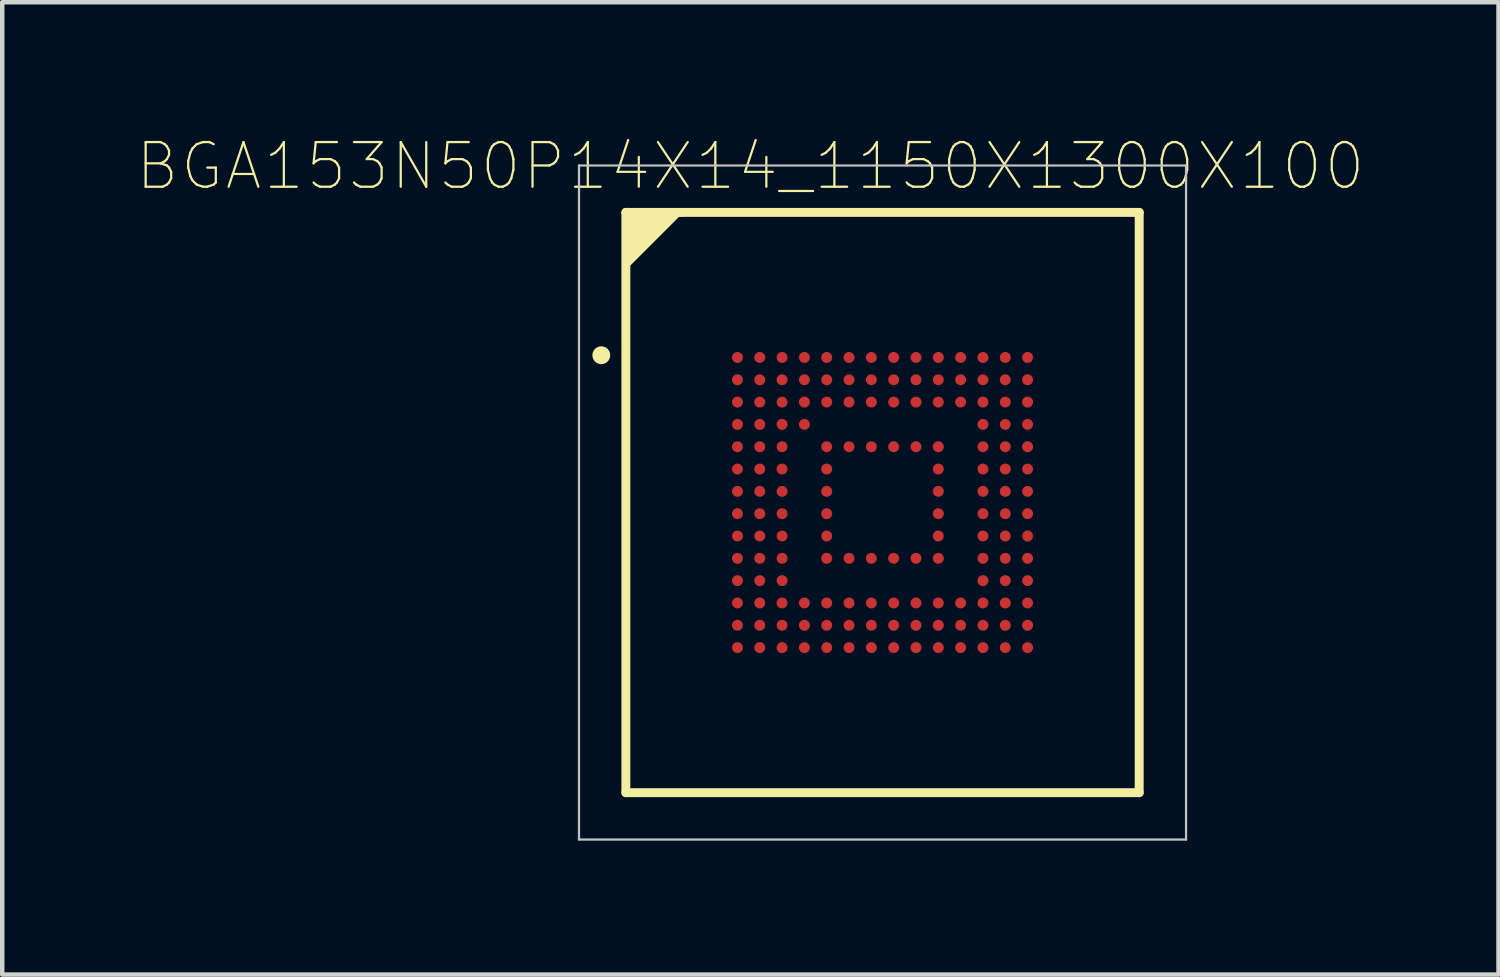
<source format=kicad_pcb>
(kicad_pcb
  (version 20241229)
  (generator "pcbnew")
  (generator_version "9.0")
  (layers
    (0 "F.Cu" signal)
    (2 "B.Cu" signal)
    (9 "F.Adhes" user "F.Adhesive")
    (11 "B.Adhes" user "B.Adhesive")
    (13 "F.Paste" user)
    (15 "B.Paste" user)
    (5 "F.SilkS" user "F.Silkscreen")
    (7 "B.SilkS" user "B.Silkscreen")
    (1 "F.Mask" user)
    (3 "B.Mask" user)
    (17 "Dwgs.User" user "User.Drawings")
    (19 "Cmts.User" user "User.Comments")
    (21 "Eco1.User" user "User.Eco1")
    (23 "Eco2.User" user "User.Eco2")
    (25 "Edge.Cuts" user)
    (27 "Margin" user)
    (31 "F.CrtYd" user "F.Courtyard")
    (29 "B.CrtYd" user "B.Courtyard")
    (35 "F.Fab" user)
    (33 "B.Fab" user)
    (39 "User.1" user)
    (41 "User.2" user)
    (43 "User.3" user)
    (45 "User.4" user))
  (footprint "BGA153N50P14X14_1150X1300X100"
    (layer "F.Cu")
    (at 16.721 8.208)
    (property "Reference" "BGA153N50P14X14_1150X1300X100" (at -2.96 -7.535 0) (layer "F.SilkS") (effects (font (size 1 1) (thickness 0.05))))
    (attr smd)
    (fp_arc (start -3.45 -3.25) (mid -3.391421 -3.391421) (end -3.25 -3.45) (stroke (width 0.01) (type solid)) (layer "F.Mask"))
    (fp_arc (start -3.45 -2.75) (mid -3.391421 -2.891421) (end -3.25 -2.95) (stroke (width 0.01) (type solid)) (layer "F.Mask"))
    (fp_arc (start -3.45 -2.25) (mid -3.391421 -2.391421) (end -3.25 -2.45) (stroke (width 0.01) (type solid)) (layer "F.Mask"))
    (fp_arc (start -3.45 -1.75) (mid -3.391421 -1.891421) (end -3.25 -1.95) (stroke (width 0.01) (type solid)) (layer "F.Mask"))
    (fp_arc (start -3.45 -1.25) (mid -3.391421 -1.391421) (end -3.25 -1.45) (stroke (width 0.01) (type solid)) (layer "F.Mask"))
    (fp_arc (start -3.45 -0.75) (mid -3.391421 -0.891421) (end -3.25 -0.95) (stroke (width 0.01) (type solid)) (layer "F.Mask"))
    (fp_arc (start -3.45 -0.25) (mid -3.391421 -0.391421) (end -3.25 -0.45) (stroke (width 0.01) (type solid)) (layer "F.Mask"))
    (fp_arc (start -3.45 0.25) (mid -3.391421 0.108579) (end -3.25 0.05) (stroke (width 0.01) (type solid)) (layer "F.Mask"))
    (fp_arc (start -3.45 0.75) (mid -3.391421 0.608579) (end -3.25 0.55) (stroke (width 0.01) (type solid)) (layer "F.Mask"))
    (fp_arc (start -3.45 1.25) (mid -3.391421 1.108579) (end -3.25 1.05) (stroke (width 0.01) (type solid)) (layer "F.Mask"))
    (fp_arc (start -3.45 1.75) (mid -3.391421 1.608579) (end -3.25 1.55) (stroke (width 0.01) (type solid)) (layer "F.Mask"))
    (fp_arc (start -3.45 2.25) (mid -3.391421 2.108579) (end -3.25 2.05) (stroke (width 0.01) (type solid)) (layer "F.Mask"))
    (fp_arc (start -3.45 2.75) (mid -3.391421 2.608579) (end -3.25 2.55) (stroke (width 0.01) (type solid)) (layer "F.Mask"))
    (fp_arc (start -3.45 3.25) (mid -3.391421 3.108579) (end -3.25 3.05) (stroke (width 0.01) (type solid)) (layer "F.Mask"))
    (fp_arc (start -3.25 -3.45) (mid -3.108579 -3.391421) (end -3.05 -3.25) (stroke (width 0.01) (type solid)) (layer "F.Mask"))
    (fp_arc (start -3.25 -3.05) (mid -3.391421 -3.108579) (end -3.45 -3.25) (stroke (width 0.01) (type solid)) (layer "F.Mask"))
    (fp_arc (start -3.25 -2.95) (mid -3.108579 -2.891421) (end -3.05 -2.75) (stroke (width 0.01) (type solid)) (layer "F.Mask"))
    (fp_arc (start -3.25 -2.55) (mid -3.391421 -2.608579) (end -3.45 -2.75) (stroke (width 0.01) (type solid)) (layer "F.Mask"))
    (fp_arc (start -3.25 -2.45) (mid -3.108579 -2.391421) (end -3.05 -2.25) (stroke (width 0.01) (type solid)) (layer "F.Mask"))
    (fp_arc (start -3.25 -2.05) (mid -3.391421 -2.108579) (end -3.45 -2.25) (stroke (width 0.01) (type solid)) (layer "F.Mask"))
    (fp_arc (start -3.25 -1.95) (mid -3.108579 -1.891421) (end -3.05 -1.75) (stroke (width 0.01) (type solid)) (layer "F.Mask"))
    (fp_arc (start -3.25 -1.55) (mid -3.391421 -1.608579) (end -3.45 -1.75) (stroke (width 0.01) (type solid)) (layer "F.Mask"))
    (fp_arc (start -3.25 -1.45) (mid -3.108579 -1.391421) (end -3.05 -1.25) (stroke (width 0.01) (type solid)) (layer "F.Mask"))
    (fp_arc (start -3.25 -1.05) (mid -3.391421 -1.108579) (end -3.45 -1.25) (stroke (width 0.01) (type solid)) (layer "F.Mask"))
    (fp_arc (start -3.25 -0.95) (mid -3.108579 -0.891421) (end -3.05 -0.75) (stroke (width 0.01) (type solid)) (layer "F.Mask"))
    (fp_arc (start -3.25 -0.55) (mid -3.391421 -0.608579) (end -3.45 -0.75) (stroke (width 0.01) (type solid)) (layer "F.Mask"))
    (fp_arc (start -3.25 -0.45) (mid -3.108579 -0.391421) (end -3.05 -0.25) (stroke (width 0.01) (type solid)) (layer "F.Mask"))
    (fp_arc (start -3.25 -0.05) (mid -3.391421 -0.108579) (end -3.45 -0.25) (stroke (width 0.01) (type solid)) (layer "F.Mask"))
    (fp_arc (start -3.25 0.05) (mid -3.108579 0.108579) (end -3.05 0.25) (stroke (width 0.01) (type solid)) (layer "F.Mask"))
    (fp_arc (start -3.25 0.45) (mid -3.391421 0.391421) (end -3.45 0.25) (stroke (width 0.01) (type solid)) (layer "F.Mask"))
    (fp_arc (start -3.25 0.55) (mid -3.108579 0.608579) (end -3.05 0.75) (stroke (width 0.01) (type solid)) (layer "F.Mask"))
    (fp_arc (start -3.25 0.95) (mid -3.391421 0.891421) (end -3.45 0.75) (stroke (width 0.01) (type solid)) (layer "F.Mask"))
    (fp_arc (start -3.25 1.05) (mid -3.108579 1.108579) (end -3.05 1.25) (stroke (width 0.01) (type solid)) (layer "F.Mask"))
    (fp_arc (start -3.25 1.45) (mid -3.391421 1.391421) (end -3.45 1.25) (stroke (width 0.01) (type solid)) (layer "F.Mask"))
    (fp_arc (start -3.25 1.55) (mid -3.108579 1.608579) (end -3.05 1.75) (stroke (width 0.01) (type solid)) (layer "F.Mask"))
    (fp_arc (start -3.25 1.95) (mid -3.391421 1.891421) (end -3.45 1.75) (stroke (width 0.01) (type solid)) (layer "F.Mask"))
    (fp_arc (start -3.25 2.05) (mid -3.108579 2.108579) (end -3.05 2.25) (stroke (width 0.01) (type solid)) (layer "F.Mask"))
    (fp_arc (start -3.25 2.45) (mid -3.391421 2.391421) (end -3.45 2.25) (stroke (width 0.01) (type solid)) (layer "F.Mask"))
    (fp_arc (start -3.25 2.55) (mid -3.108579 2.608579) (end -3.05 2.75) (stroke (width 0.01) (type solid)) (layer "F.Mask"))
    (fp_arc (start -3.25 2.95) (mid -3.391421 2.891421) (end -3.45 2.75) (stroke (width 0.01) (type solid)) (layer "F.Mask"))
    (fp_arc (start -3.25 3.05) (mid -3.108579 3.108579) (end -3.05 3.25) (stroke (width 0.01) (type solid)) (layer "F.Mask"))
    (fp_arc (start -3.25 3.45) (mid -3.391421 3.391421) (end -3.45 3.25) (stroke (width 0.01) (type solid)) (layer "F.Mask"))
    (fp_arc (start -3.05 -3.25) (mid -3.108579 -3.108579) (end -3.25 -3.05) (stroke (width 0.01) (type solid)) (layer "F.Mask"))
    (fp_arc (start -3.05 -2.75) (mid -3.108579 -2.608579) (end -3.25 -2.55) (stroke (width 0.01) (type solid)) (layer "F.Mask"))
    (fp_arc (start -3.05 -2.25) (mid -3.108579 -2.108579) (end -3.25 -2.05) (stroke (width 0.01) (type solid)) (layer "F.Mask"))
    (fp_arc (start -3.05 -1.75) (mid -3.108579 -1.608579) (end -3.25 -1.55) (stroke (width 0.01) (type solid)) (layer "F.Mask"))
    (fp_arc (start -3.05 -1.25) (mid -3.108579 -1.108579) (end -3.25 -1.05) (stroke (width 0.01) (type solid)) (layer "F.Mask"))
    (fp_arc (start -3.05 -0.75) (mid -3.108579 -0.608579) (end -3.25 -0.55) (stroke (width 0.01) (type solid)) (layer "F.Mask"))
    (fp_arc (start -3.05 -0.25) (mid -3.108579 -0.108579) (end -3.25 -0.05) (stroke (width 0.01) (type solid)) (layer "F.Mask"))
    (fp_arc (start -3.05 0.25) (mid -3.108579 0.391421) (end -3.25 0.45) (stroke (width 0.01) (type solid)) (layer "F.Mask"))
    (fp_arc (start -3.05 0.75) (mid -3.108579 0.891421) (end -3.25 0.95) (stroke (width 0.01) (type solid)) (layer "F.Mask"))
    (fp_arc (start -3.05 1.25) (mid -3.108579 1.391421) (end -3.25 1.45) (stroke (width 0.01) (type solid)) (layer "F.Mask"))
    (fp_arc (start -3.05 1.75) (mid -3.108579 1.891421) (end -3.25 1.95) (stroke (width 0.01) (type solid)) (layer "F.Mask"))
    (fp_arc (start -3.05 2.25) (mid -3.108579 2.391421) (end -3.25 2.45) (stroke (width 0.01) (type solid)) (layer "F.Mask"))
    (fp_arc (start -3.05 2.75) (mid -3.108579 2.891421) (end -3.25 2.95) (stroke (width 0.01) (type solid)) (layer "F.Mask"))
    (fp_arc (start -3.05 3.25) (mid -3.108579 3.391421) (end -3.25 3.45) (stroke (width 0.01) (type solid)) (layer "F.Mask"))
    (fp_arc (start -2.95 -3.25) (mid -2.891421 -3.391421) (end -2.75 -3.45) (stroke (width 0.01) (type solid)) (layer "F.Mask"))
    (fp_arc (start -2.95 -2.75) (mid -2.891421 -2.891421) (end -2.75 -2.95) (stroke (width 0.01) (type solid)) (layer "F.Mask"))
    (fp_arc (start -2.95 -2.25) (mid -2.891421 -2.391421) (end -2.75 -2.45) (stroke (width 0.01) (type solid)) (layer "F.Mask"))
    (fp_arc (start -2.95 -1.75) (mid -2.891421 -1.891421) (end -2.75 -1.95) (stroke (width 0.01) (type solid)) (layer "F.Mask"))
    (fp_arc (start -2.95 -1.25) (mid -2.891421 -1.391421) (end -2.75 -1.45) (stroke (width 0.01) (type solid)) (layer "F.Mask"))
    (fp_arc (start -2.95 -0.75) (mid -2.891421 -0.891421) (end -2.75 -0.95) (stroke (width 0.01) (type solid)) (layer "F.Mask"))
    (fp_arc (start -2.95 -0.25) (mid -2.891421 -0.391421) (end -2.75 -0.45) (stroke (width 0.01) (type solid)) (layer "F.Mask"))
    (fp_arc (start -2.95 0.25) (mid -2.891421 0.108579) (end -2.75 0.05) (stroke (width 0.01) (type solid)) (layer "F.Mask"))
    (fp_arc (start -2.95 0.75) (mid -2.891421 0.608579) (end -2.75 0.55) (stroke (width 0.01) (type solid)) (layer "F.Mask"))
    (fp_arc (start -2.95 1.25) (mid -2.891421 1.108579) (end -2.75 1.05) (stroke (width 0.01) (type solid)) (layer "F.Mask"))
    (fp_arc (start -2.95 1.75) (mid -2.891421 1.608579) (end -2.75 1.55) (stroke (width 0.01) (type solid)) (layer "F.Mask"))
    (fp_arc (start -2.95 2.25) (mid -2.891421 2.108579) (end -2.75 2.05) (stroke (width 0.01) (type solid)) (layer "F.Mask"))
    (fp_arc (start -2.95 2.75) (mid -2.891421 2.608579) (end -2.75 2.55) (stroke (width 0.01) (type solid)) (layer "F.Mask"))
    (fp_arc (start -2.95 3.25) (mid -2.891421 3.108579) (end -2.75 3.05) (stroke (width 0.01) (type solid)) (layer "F.Mask"))
    (fp_arc (start -2.75 -3.45) (mid -2.608579 -3.391421) (end -2.55 -3.25) (stroke (width 0.01) (type solid)) (layer "F.Mask"))
    (fp_arc (start -2.75 -3.05) (mid -2.891421 -3.108579) (end -2.95 -3.25) (stroke (width 0.01) (type solid)) (layer "F.Mask"))
    (fp_arc (start -2.75 -2.95) (mid -2.608579 -2.891421) (end -2.55 -2.75) (stroke (width 0.01) (type solid)) (layer "F.Mask"))
    (fp_arc (start -2.75 -2.55) (mid -2.891421 -2.608579) (end -2.95 -2.75) (stroke (width 0.01) (type solid)) (layer "F.Mask"))
    (fp_arc (start -2.75 -2.45) (mid -2.608579 -2.391421) (end -2.55 -2.25) (stroke (width 0.01) (type solid)) (layer "F.Mask"))
    (fp_arc (start -2.75 -2.05) (mid -2.891421 -2.108579) (end -2.95 -2.25) (stroke (width 0.01) (type solid)) (layer "F.Mask"))
    (fp_arc (start -2.75 -1.95) (mid -2.608579 -1.891421) (end -2.55 -1.75) (stroke (width 0.01) (type solid)) (layer "F.Mask"))
    (fp_arc (start -2.75 -1.55) (mid -2.891421 -1.608579) (end -2.95 -1.75) (stroke (width 0.01) (type solid)) (layer "F.Mask"))
    (fp_arc (start -2.75 -1.45) (mid -2.608579 -1.391421) (end -2.55 -1.25) (stroke (width 0.01) (type solid)) (layer "F.Mask"))
    (fp_arc (start -2.75 -1.05) (mid -2.891421 -1.108579) (end -2.95 -1.25) (stroke (width 0.01) (type solid)) (layer "F.Mask"))
    (fp_arc (start -2.75 -0.95) (mid -2.608579 -0.891421) (end -2.55 -0.75) (stroke (width 0.01) (type solid)) (layer "F.Mask"))
    (fp_arc (start -2.75 -0.55) (mid -2.891421 -0.608579) (end -2.95 -0.75) (stroke (width 0.01) (type solid)) (layer "F.Mask"))
    (fp_arc (start -2.75 -0.45) (mid -2.608579 -0.391421) (end -2.55 -0.25) (stroke (width 0.01) (type solid)) (layer "F.Mask"))
    (fp_arc (start -2.75 -0.05) (mid -2.891421 -0.108579) (end -2.95 -0.25) (stroke (width 0.01) (type solid)) (layer "F.Mask"))
    (fp_arc (start -2.75 0.05) (mid -2.608579 0.108579) (end -2.55 0.25) (stroke (width 0.01) (type solid)) (layer "F.Mask"))
    (fp_arc (start -2.75 0.45) (mid -2.891421 0.391421) (end -2.95 0.25) (stroke (width 0.01) (type solid)) (layer "F.Mask"))
    (fp_arc (start -2.75 0.55) (mid -2.608579 0.608579) (end -2.55 0.75) (stroke (width 0.01) (type solid)) (layer "F.Mask"))
    (fp_arc (start -2.75 0.95) (mid -2.891421 0.891421) (end -2.95 0.75) (stroke (width 0.01) (type solid)) (layer "F.Mask"))
    (fp_arc (start -2.75 1.05) (mid -2.608579 1.108579) (end -2.55 1.25) (stroke (width 0.01) (type solid)) (layer "F.Mask"))
    (fp_arc (start -2.75 1.45) (mid -2.891421 1.391421) (end -2.95 1.25) (stroke (width 0.01) (type solid)) (layer "F.Mask"))
    (fp_arc (start -2.75 1.55) (mid -2.608579 1.608579) (end -2.55 1.75) (stroke (width 0.01) (type solid)) (layer "F.Mask"))
    (fp_arc (start -2.75 1.95) (mid -2.891421 1.891421) (end -2.95 1.75) (stroke (width 0.01) (type solid)) (layer "F.Mask"))
    (fp_arc (start -2.75 2.05) (mid -2.608579 2.108579) (end -2.55 2.25) (stroke (width 0.01) (type solid)) (layer "F.Mask"))
    (fp_arc (start -2.75 2.45) (mid -2.891421 2.391421) (end -2.95 2.25) (stroke (width 0.01) (type solid)) (layer "F.Mask"))
    (fp_arc (start -2.75 2.55) (mid -2.608579 2.608579) (end -2.55 2.75) (stroke (width 0.01) (type solid)) (layer "F.Mask"))
    (fp_arc (start -2.75 2.95) (mid -2.891421 2.891421) (end -2.95 2.75) (stroke (width 0.01) (type solid)) (layer "F.Mask"))
    (fp_arc (start -2.75 3.05) (mid -2.608579 3.108579) (end -2.55 3.25) (stroke (width 0.01) (type solid)) (layer "F.Mask"))
    (fp_arc (start -2.75 3.45) (mid -2.891421 3.391421) (end -2.95 3.25) (stroke (width 0.01) (type solid)) (layer "F.Mask"))
    (fp_arc (start -2.55 -3.25) (mid -2.608579 -3.108579) (end -2.75 -3.05) (stroke (width 0.01) (type solid)) (layer "F.Mask"))
    (fp_arc (start -2.55 -2.75) (mid -2.608579 -2.608579) (end -2.75 -2.55) (stroke (width 0.01) (type solid)) (layer "F.Mask"))
    (fp_arc (start -2.55 -2.25) (mid -2.608579 -2.108579) (end -2.75 -2.05) (stroke (width 0.01) (type solid)) (layer "F.Mask"))
    (fp_arc (start -2.55 -1.75) (mid -2.608579 -1.608579) (end -2.75 -1.55) (stroke (width 0.01) (type solid)) (layer "F.Mask"))
    (fp_arc (start -2.55 -1.25) (mid -2.608579 -1.108579) (end -2.75 -1.05) (stroke (width 0.01) (type solid)) (layer "F.Mask"))
    (fp_arc (start -2.55 -0.75) (mid -2.608579 -0.608579) (end -2.75 -0.55) (stroke (width 0.01) (type solid)) (layer "F.Mask"))
    (fp_arc (start -2.55 -0.25) (mid -2.608579 -0.108579) (end -2.75 -0.05) (stroke (width 0.01) (type solid)) (layer "F.Mask"))
    (fp_arc (start -2.55 0.25) (mid -2.608579 0.391421) (end -2.75 0.45) (stroke (width 0.01) (type solid)) (layer "F.Mask"))
    (fp_arc (start -2.55 0.75) (mid -2.608579 0.891421) (end -2.75 0.95) (stroke (width 0.01) (type solid)) (layer "F.Mask"))
    (fp_arc (start -2.55 1.25) (mid -2.608579 1.391421) (end -2.75 1.45) (stroke (width 0.01) (type solid)) (layer "F.Mask"))
    (fp_arc (start -2.55 1.75) (mid -2.608579 1.891421) (end -2.75 1.95) (stroke (width 0.01) (type solid)) (layer "F.Mask"))
    (fp_arc (start -2.55 2.25) (mid -2.608579 2.391421) (end -2.75 2.45) (stroke (width 0.01) (type solid)) (layer "F.Mask"))
    (fp_arc (start -2.55 2.75) (mid -2.608579 2.891421) (end -2.75 2.95) (stroke (width 0.01) (type solid)) (layer "F.Mask"))
    (fp_arc (start -2.55 3.25) (mid -2.608579 3.391421) (end -2.75 3.45) (stroke (width 0.01) (type solid)) (layer "F.Mask"))
    (fp_arc (start -2.45 -3.25) (mid -2.391421 -3.391421) (end -2.25 -3.45) (stroke (width 0.01) (type solid)) (layer "F.Mask"))
    (fp_arc (start -2.45 -2.75) (mid -2.391421 -2.891421) (end -2.25 -2.95) (stroke (width 0.01) (type solid)) (layer "F.Mask"))
    (fp_arc (start -2.45 -2.25) (mid -2.391421 -2.391421) (end -2.25 -2.45) (stroke (width 0.01) (type solid)) (layer "F.Mask"))
    (fp_arc (start -2.45 -1.75) (mid -2.391421 -1.891421) (end -2.25 -1.95) (stroke (width 0.01) (type solid)) (layer "F.Mask"))
    (fp_arc (start -2.45 -1.25) (mid -2.391421 -1.391421) (end -2.25 -1.45) (stroke (width 0.01) (type solid)) (layer "F.Mask"))
    (fp_arc (start -2.45 -0.75) (mid -2.391421 -0.891421) (end -2.25 -0.95) (stroke (width 0.01) (type solid)) (layer "F.Mask"))
    (fp_arc (start -2.45 -0.25) (mid -2.391421 -0.391421) (end -2.25 -0.45) (stroke (width 0.01) (type solid)) (layer "F.Mask"))
    (fp_arc (start -2.45 0.25) (mid -2.391421 0.108579) (end -2.25 0.05) (stroke (width 0.01) (type solid)) (layer "F.Mask"))
    (fp_arc (start -2.45 0.75) (mid -2.391421 0.608579) (end -2.25 0.55) (stroke (width 0.01) (type solid)) (layer "F.Mask"))
    (fp_arc (start -2.45 1.25) (mid -2.391421 1.108579) (end -2.25 1.05) (stroke (width 0.01) (type solid)) (layer "F.Mask"))
    (fp_arc (start -2.45 1.75) (mid -2.391421 1.608579) (end -2.25 1.55) (stroke (width 0.01) (type solid)) (layer "F.Mask"))
    (fp_arc (start -2.45 2.25) (mid -2.391421 2.108579) (end -2.25 2.05) (stroke (width 0.01) (type solid)) (layer "F.Mask"))
    (fp_arc (start -2.45 2.75) (mid -2.391421 2.608579) (end -2.25 2.55) (stroke (width 0.01) (type solid)) (layer "F.Mask"))
    (fp_arc (start -2.45 3.25) (mid -2.391421 3.108579) (end -2.25 3.05) (stroke (width 0.01) (type solid)) (layer "F.Mask"))
    (fp_arc (start -2.25 -3.45) (mid -2.108579 -3.391421) (end -2.05 -3.25) (stroke (width 0.01) (type solid)) (layer "F.Mask"))
    (fp_arc (start -2.25 -3.05) (mid -2.391421 -3.108579) (end -2.45 -3.25) (stroke (width 0.01) (type solid)) (layer "F.Mask"))
    (fp_arc (start -2.25 -2.95) (mid -2.108579 -2.891421) (end -2.05 -2.75) (stroke (width 0.01) (type solid)) (layer "F.Mask"))
    (fp_arc (start -2.25 -2.55) (mid -2.391421 -2.608579) (end -2.45 -2.75) (stroke (width 0.01) (type solid)) (layer "F.Mask"))
    (fp_arc (start -2.25 -2.45) (mid -2.108579 -2.391421) (end -2.05 -2.25) (stroke (width 0.01) (type solid)) (layer "F.Mask"))
    (fp_arc (start -2.25 -2.05) (mid -2.391421 -2.108579) (end -2.45 -2.25) (stroke (width 0.01) (type solid)) (layer "F.Mask"))
    (fp_arc (start -2.25 -1.95) (mid -2.108579 -1.891421) (end -2.05 -1.75) (stroke (width 0.01) (type solid)) (layer "F.Mask"))
    (fp_arc (start -2.25 -1.55) (mid -2.391421 -1.608579) (end -2.45 -1.75) (stroke (width 0.01) (type solid)) (layer "F.Mask"))
    (fp_arc (start -2.25 -1.45) (mid -2.108579 -1.391421) (end -2.05 -1.25) (stroke (width 0.01) (type solid)) (layer "F.Mask"))
    (fp_arc (start -2.25 -1.05) (mid -2.391421 -1.108579) (end -2.45 -1.25) (stroke (width 0.01) (type solid)) (layer "F.Mask"))
    (fp_arc (start -2.25 -0.95) (mid -2.108579 -0.891421) (end -2.05 -0.75) (stroke (width 0.01) (type solid)) (layer "F.Mask"))
    (fp_arc (start -2.25 -0.55) (mid -2.391421 -0.608579) (end -2.45 -0.75) (stroke (width 0.01) (type solid)) (layer "F.Mask"))
    (fp_arc (start -2.25 -0.45) (mid -2.108579 -0.391421) (end -2.05 -0.25) (stroke (width 0.01) (type solid)) (layer "F.Mask"))
    (fp_arc (start -2.25 -0.05) (mid -2.391421 -0.108579) (end -2.45 -0.25) (stroke (width 0.01) (type solid)) (layer "F.Mask"))
    (fp_arc (start -2.25 0.05) (mid -2.108579 0.108579) (end -2.05 0.25) (stroke (width 0.01) (type solid)) (layer "F.Mask"))
    (fp_arc (start -2.25 0.45) (mid -2.391421 0.391421) (end -2.45 0.25) (stroke (width 0.01) (type solid)) (layer "F.Mask"))
    (fp_arc (start -2.25 0.55) (mid -2.108579 0.608579) (end -2.05 0.75) (stroke (width 0.01) (type solid)) (layer "F.Mask"))
    (fp_arc (start -2.25 0.95) (mid -2.391421 0.891421) (end -2.45 0.75) (stroke (width 0.01) (type solid)) (layer "F.Mask"))
    (fp_arc (start -2.25 1.05) (mid -2.108579 1.108579) (end -2.05 1.25) (stroke (width 0.01) (type solid)) (layer "F.Mask"))
    (fp_arc (start -2.25 1.45) (mid -2.391421 1.391421) (end -2.45 1.25) (stroke (width 0.01) (type solid)) (layer "F.Mask"))
    (fp_arc (start -2.25 1.55) (mid -2.108579 1.608579) (end -2.05 1.75) (stroke (width 0.01) (type solid)) (layer "F.Mask"))
    (fp_arc (start -2.25 1.95) (mid -2.391421 1.891421) (end -2.45 1.75) (stroke (width 0.01) (type solid)) (layer "F.Mask"))
    (fp_arc (start -2.25 2.05) (mid -2.108579 2.108579) (end -2.05 2.25) (stroke (width 0.01) (type solid)) (layer "F.Mask"))
    (fp_arc (start -2.25 2.45) (mid -2.391421 2.391421) (end -2.45 2.25) (stroke (width 0.01) (type solid)) (layer "F.Mask"))
    (fp_arc (start -2.25 2.55) (mid -2.108579 2.608579) (end -2.05 2.75) (stroke (width 0.01) (type solid)) (layer "F.Mask"))
    (fp_arc (start -2.25 2.95) (mid -2.391421 2.891421) (end -2.45 2.75) (stroke (width 0.01) (type solid)) (layer "F.Mask"))
    (fp_arc (start -2.25 3.05) (mid -2.108579 3.108579) (end -2.05 3.25) (stroke (width 0.01) (type solid)) (layer "F.Mask"))
    (fp_arc (start -2.25 3.45) (mid -2.391421 3.391421) (end -2.45 3.25) (stroke (width 0.01) (type solid)) (layer "F.Mask"))
    (fp_arc (start -2.05 -3.25) (mid -2.108579 -3.108579) (end -2.25 -3.05) (stroke (width 0.01) (type solid)) (layer "F.Mask"))
    (fp_arc (start -2.05 -2.75) (mid -2.108579 -2.608579) (end -2.25 -2.55) (stroke (width 0.01) (type solid)) (layer "F.Mask"))
    (fp_arc (start -2.05 -2.25) (mid -2.108579 -2.108579) (end -2.25 -2.05) (stroke (width 0.01) (type solid)) (layer "F.Mask"))
    (fp_arc (start -2.05 -1.75) (mid -2.108579 -1.608579) (end -2.25 -1.55) (stroke (width 0.01) (type solid)) (layer "F.Mask"))
    (fp_arc (start -2.05 -1.25) (mid -2.108579 -1.108579) (end -2.25 -1.05) (stroke (width 0.01) (type solid)) (layer "F.Mask"))
    (fp_arc (start -2.05 -0.75) (mid -2.108579 -0.608579) (end -2.25 -0.55) (stroke (width 0.01) (type solid)) (layer "F.Mask"))
    (fp_arc (start -2.05 -0.25) (mid -2.108579 -0.108579) (end -2.25 -0.05) (stroke (width 0.01) (type solid)) (layer "F.Mask"))
    (fp_arc (start -2.05 0.25) (mid -2.108579 0.391421) (end -2.25 0.45) (stroke (width 0.01) (type solid)) (layer "F.Mask"))
    (fp_arc (start -2.05 0.75) (mid -2.108579 0.891421) (end -2.25 0.95) (stroke (width 0.01) (type solid)) (layer "F.Mask"))
    (fp_arc (start -2.05 1.25) (mid -2.108579 1.391421) (end -2.25 1.45) (stroke (width 0.01) (type solid)) (layer "F.Mask"))
    (fp_arc (start -2.05 1.75) (mid -2.108579 1.891421) (end -2.25 1.95) (stroke (width 0.01) (type solid)) (layer "F.Mask"))
    (fp_arc (start -2.05 2.25) (mid -2.108579 2.391421) (end -2.25 2.45) (stroke (width 0.01) (type solid)) (layer "F.Mask"))
    (fp_arc (start -2.05 2.75) (mid -2.108579 2.891421) (end -2.25 2.95) (stroke (width 0.01) (type solid)) (layer "F.Mask"))
    (fp_arc (start -2.05 3.25) (mid -2.108579 3.391421) (end -2.25 3.45) (stroke (width 0.01) (type solid)) (layer "F.Mask"))
    (fp_arc (start -1.95 -3.25) (mid -1.891421 -3.391421) (end -1.75 -3.45) (stroke (width 0.01) (type solid)) (layer "F.Mask"))
    (fp_arc (start -1.95 -2.75) (mid -1.891421 -2.891421) (end -1.75 -2.95) (stroke (width 0.01) (type solid)) (layer "F.Mask"))
    (fp_arc (start -1.95 -2.25) (mid -1.891421 -2.391421) (end -1.75 -2.45) (stroke (width 0.01) (type solid)) (layer "F.Mask"))
    (fp_arc (start -1.95 -1.75) (mid -1.891421 -1.891421) (end -1.75 -1.95) (stroke (width 0.01) (type solid)) (layer "F.Mask"))
    (fp_arc (start -1.95 2.25) (mid -1.891421 2.108579) (end -1.75 2.05) (stroke (width 0.01) (type solid)) (layer "F.Mask"))
    (fp_arc (start -1.95 2.75) (mid -1.891421 2.608579) (end -1.75 2.55) (stroke (width 0.01) (type solid)) (layer "F.Mask"))
    (fp_arc (start -1.95 3.25) (mid -1.891421 3.108579) (end -1.75 3.05) (stroke (width 0.01) (type solid)) (layer "F.Mask"))
    (fp_arc (start -1.75 -3.45) (mid -1.608579 -3.391421) (end -1.55 -3.25) (stroke (width 0.01) (type solid)) (layer "F.Mask"))
    (fp_arc (start -1.75 -3.05) (mid -1.891421 -3.108579) (end -1.95 -3.25) (stroke (width 0.01) (type solid)) (layer "F.Mask"))
    (fp_arc (start -1.75 -2.95) (mid -1.608579 -2.891421) (end -1.55 -2.75) (stroke (width 0.01) (type solid)) (layer "F.Mask"))
    (fp_arc (start -1.75 -2.55) (mid -1.891421 -2.608579) (end -1.95 -2.75) (stroke (width 0.01) (type solid)) (layer "F.Mask"))
    (fp_arc (start -1.75 -2.45) (mid -1.608579 -2.391421) (end -1.55 -2.25) (stroke (width 0.01) (type solid)) (layer "F.Mask"))
    (fp_arc (start -1.75 -2.05) (mid -1.891421 -2.108579) (end -1.95 -2.25) (stroke (width 0.01) (type solid)) (layer "F.Mask"))
    (fp_arc (start -1.75 -1.95) (mid -1.608579 -1.891421) (end -1.55 -1.75) (stroke (width 0.01) (type solid)) (layer "F.Mask"))
    (fp_arc (start -1.75 -1.55) (mid -1.891421 -1.608579) (end -1.95 -1.75) (stroke (width 0.01) (type solid)) (layer "F.Mask"))
    (fp_arc (start -1.75 2.05) (mid -1.608579 2.108579) (end -1.55 2.25) (stroke (width 0.01) (type solid)) (layer "F.Mask"))
    (fp_arc (start -1.75 2.45) (mid -1.891421 2.391421) (end -1.95 2.25) (stroke (width 0.01) (type solid)) (layer "F.Mask"))
    (fp_arc (start -1.75 2.55) (mid -1.608579 2.608579) (end -1.55 2.75) (stroke (width 0.01) (type solid)) (layer "F.Mask"))
    (fp_arc (start -1.75 2.95) (mid -1.891421 2.891421) (end -1.95 2.75) (stroke (width 0.01) (type solid)) (layer "F.Mask"))
    (fp_arc (start -1.75 3.05) (mid -1.608579 3.108579) (end -1.55 3.25) (stroke (width 0.01) (type solid)) (layer "F.Mask"))
    (fp_arc (start -1.75 3.45) (mid -1.891421 3.391421) (end -1.95 3.25) (stroke (width 0.01) (type solid)) (layer "F.Mask"))
    (fp_arc (start -1.55 -3.25) (mid -1.608579 -3.108579) (end -1.75 -3.05) (stroke (width 0.01) (type solid)) (layer "F.Mask"))
    (fp_arc (start -1.55 -2.75) (mid -1.608579 -2.608579) (end -1.75 -2.55) (stroke (width 0.01) (type solid)) (layer "F.Mask"))
    (fp_arc (start -1.55 -2.25) (mid -1.608579 -2.108579) (end -1.75 -2.05) (stroke (width 0.01) (type solid)) (layer "F.Mask"))
    (fp_arc (start -1.55 -1.75) (mid -1.608579 -1.608579) (end -1.75 -1.55) (stroke (width 0.01) (type solid)) (layer "F.Mask"))
    (fp_arc (start -1.55 2.25) (mid -1.608579 2.391421) (end -1.75 2.45) (stroke (width 0.01) (type solid)) (layer "F.Mask"))
    (fp_arc (start -1.55 2.75) (mid -1.608579 2.891421) (end -1.75 2.95) (stroke (width 0.01) (type solid)) (layer "F.Mask"))
    (fp_arc (start -1.55 3.25) (mid -1.608579 3.391421) (end -1.75 3.45) (stroke (width 0.01) (type solid)) (layer "F.Mask"))
    (fp_arc (start -1.45 -3.25) (mid -1.391421 -3.391421) (end -1.25 -3.45) (stroke (width 0.01) (type solid)) (layer "F.Mask"))
    (fp_arc (start -1.45 -2.75) (mid -1.391421 -2.891421) (end -1.25 -2.95) (stroke (width 0.01) (type solid)) (layer "F.Mask"))
    (fp_arc (start -1.45 -2.25) (mid -1.391421 -2.391421) (end -1.25 -2.45) (stroke (width 0.01) (type solid)) (layer "F.Mask"))
    (fp_arc (start -1.45 -1.25) (mid -1.391421 -1.391421) (end -1.25 -1.45) (stroke (width 0.01) (type solid)) (layer "F.Mask"))
    (fp_arc (start -1.45 -0.75) (mid -1.391421 -0.891421) (end -1.25 -0.95) (stroke (width 0.01) (type solid)) (layer "F.Mask"))
    (fp_arc (start -1.45 -0.25) (mid -1.391421 -0.391421) (end -1.25 -0.45) (stroke (width 0.01) (type solid)) (layer "F.Mask"))
    (fp_arc (start -1.45 0.25) (mid -1.391421 0.108579) (end -1.25 0.05) (stroke (width 0.01) (type solid)) (layer "F.Mask"))
    (fp_arc (start -1.45 0.75) (mid -1.391421 0.608579) (end -1.25 0.55) (stroke (width 0.01) (type solid)) (layer "F.Mask"))
    (fp_arc (start -1.45 1.25) (mid -1.391421 1.108579) (end -1.25 1.05) (stroke (width 0.01) (type solid)) (layer "F.Mask"))
    (fp_arc (start -1.45 2.25) (mid -1.391421 2.108579) (end -1.25 2.05) (stroke (width 0.01) (type solid)) (layer "F.Mask"))
    (fp_arc (start -1.45 2.75) (mid -1.391421 2.608579) (end -1.25 2.55) (stroke (width 0.01) (type solid)) (layer "F.Mask"))
    (fp_arc (start -1.45 3.25) (mid -1.391421 3.108579) (end -1.25 3.05) (stroke (width 0.01) (type solid)) (layer "F.Mask"))
    (fp_arc (start -1.25 -3.45) (mid -1.108579 -3.391421) (end -1.05 -3.25) (stroke (width 0.01) (type solid)) (layer "F.Mask"))
    (fp_arc (start -1.25 -3.05) (mid -1.391421 -3.108579) (end -1.45 -3.25) (stroke (width 0.01) (type solid)) (layer "F.Mask"))
    (fp_arc (start -1.25 -2.95) (mid -1.108579 -2.891421) (end -1.05 -2.75) (stroke (width 0.01) (type solid)) (layer "F.Mask"))
    (fp_arc (start -1.25 -2.55) (mid -1.391421 -2.608579) (end -1.45 -2.75) (stroke (width 0.01) (type solid)) (layer "F.Mask"))
    (fp_arc (start -1.25 -2.45) (mid -1.108579 -2.391421) (end -1.05 -2.25) (stroke (width 0.01) (type solid)) (layer "F.Mask"))
    (fp_arc (start -1.25 -2.05) (mid -1.391421 -2.108579) (end -1.45 -2.25) (stroke (width 0.01) (type solid)) (layer "F.Mask"))
    (fp_arc (start -1.25 -1.45) (mid -1.108579 -1.391421) (end -1.05 -1.25) (stroke (width 0.01) (type solid)) (layer "F.Mask"))
    (fp_arc (start -1.25 -1.05) (mid -1.391421 -1.108579) (end -1.45 -1.25) (stroke (width 0.01) (type solid)) (layer "F.Mask"))
    (fp_arc (start -1.25 -0.95) (mid -1.108579 -0.891421) (end -1.05 -0.75) (stroke (width 0.01) (type solid)) (layer "F.Mask"))
    (fp_arc (start -1.25 -0.55) (mid -1.391421 -0.608579) (end -1.45 -0.75) (stroke (width 0.01) (type solid)) (layer "F.Mask"))
    (fp_arc (start -1.25 -0.45) (mid -1.108579 -0.391421) (end -1.05 -0.25) (stroke (width 0.01) (type solid)) (layer "F.Mask"))
    (fp_arc (start -1.25 -0.05) (mid -1.391421 -0.108579) (end -1.45 -0.25) (stroke (width 0.01) (type solid)) (layer "F.Mask"))
    (fp_arc (start -1.25 0.05) (mid -1.108579 0.108579) (end -1.05 0.25) (stroke (width 0.01) (type solid)) (layer "F.Mask"))
    (fp_arc (start -1.25 0.45) (mid -1.391421 0.391421) (end -1.45 0.25) (stroke (width 0.01) (type solid)) (layer "F.Mask"))
    (fp_arc (start -1.25 0.55) (mid -1.108579 0.608579) (end -1.05 0.75) (stroke (width 0.01) (type solid)) (layer "F.Mask"))
    (fp_arc (start -1.25 0.95) (mid -1.391421 0.891421) (end -1.45 0.75) (stroke (width 0.01) (type solid)) (layer "F.Mask"))
    (fp_arc (start -1.25 1.05) (mid -1.108579 1.108579) (end -1.05 1.25) (stroke (width 0.01) (type solid)) (layer "F.Mask"))
    (fp_arc (start -1.25 1.45) (mid -1.391421 1.391421) (end -1.45 1.25) (stroke (width 0.01) (type solid)) (layer "F.Mask"))
    (fp_arc (start -1.25 2.05) (mid -1.108579 2.108579) (end -1.05 2.25) (stroke (width 0.01) (type solid)) (layer "F.Mask"))
    (fp_arc (start -1.25 2.45) (mid -1.391421 2.391421) (end -1.45 2.25) (stroke (width 0.01) (type solid)) (layer "F.Mask"))
    (fp_arc (start -1.25 2.55) (mid -1.108579 2.608579) (end -1.05 2.75) (stroke (width 0.01) (type solid)) (layer "F.Mask"))
    (fp_arc (start -1.25 2.95) (mid -1.391421 2.891421) (end -1.45 2.75) (stroke (width 0.01) (type solid)) (layer "F.Mask"))
    (fp_arc (start -1.25 3.05) (mid -1.108579 3.108579) (end -1.05 3.25) (stroke (width 0.01) (type solid)) (layer "F.Mask"))
    (fp_arc (start -1.25 3.45) (mid -1.391421 3.391421) (end -1.45 3.25) (stroke (width 0.01) (type solid)) (layer "F.Mask"))
    (fp_arc (start -1.05 -3.25) (mid -1.108579 -3.108579) (end -1.25 -3.05) (stroke (width 0.01) (type solid)) (layer "F.Mask"))
    (fp_arc (start -1.05 -2.75) (mid -1.108579 -2.608579) (end -1.25 -2.55) (stroke (width 0.01) (type solid)) (layer "F.Mask"))
    (fp_arc (start -1.05 -2.25) (mid -1.108579 -2.108579) (end -1.25 -2.05) (stroke (width 0.01) (type solid)) (layer "F.Mask"))
    (fp_arc (start -1.05 -1.25) (mid -1.108579 -1.108579) (end -1.25 -1.05) (stroke (width 0.01) (type solid)) (layer "F.Mask"))
    (fp_arc (start -1.05 -0.75) (mid -1.108579 -0.608579) (end -1.25 -0.55) (stroke (width 0.01) (type solid)) (layer "F.Mask"))
    (fp_arc (start -1.05 -0.25) (mid -1.108579 -0.108579) (end -1.25 -0.05) (stroke (width 0.01) (type solid)) (layer "F.Mask"))
    (fp_arc (start -1.05 0.25) (mid -1.108579 0.391421) (end -1.25 0.45) (stroke (width 0.01) (type solid)) (layer "F.Mask"))
    (fp_arc (start -1.05 0.75) (mid -1.108579 0.891421) (end -1.25 0.95) (stroke (width 0.01) (type solid)) (layer "F.Mask"))
    (fp_arc (start -1.05 1.25) (mid -1.108579 1.391421) (end -1.25 1.45) (stroke (width 0.01) (type solid)) (layer "F.Mask"))
    (fp_arc (start -1.05 2.25) (mid -1.108579 2.391421) (end -1.25 2.45) (stroke (width 0.01) (type solid)) (layer "F.Mask"))
    (fp_arc (start -1.05 2.75) (mid -1.108579 2.891421) (end -1.25 2.95) (stroke (width 0.01) (type solid)) (layer "F.Mask"))
    (fp_arc (start -1.05 3.25) (mid -1.108579 3.391421) (end -1.25 3.45) (stroke (width 0.01) (type solid)) (layer "F.Mask"))
    (fp_arc (start -0.95 -3.25) (mid -0.891421 -3.391421) (end -0.75 -3.45) (stroke (width 0.01) (type solid)) (layer "F.Mask"))
    (fp_arc (start -0.95 -2.75) (mid -0.891421 -2.891421) (end -0.75 -2.95) (stroke (width 0.01) (type solid)) (layer "F.Mask"))
    (fp_arc (start -0.95 -2.25) (mid -0.891421 -2.391421) (end -0.75 -2.45) (stroke (width 0.01) (type solid)) (layer "F.Mask"))
    (fp_arc (start -0.95 -1.25) (mid -0.891421 -1.391421) (end -0.75 -1.45) (stroke (width 0.01) (type solid)) (layer "F.Mask"))
    (fp_arc (start -0.95 1.25) (mid -0.891421 1.108579) (end -0.75 1.05) (stroke (width 0.01) (type solid)) (layer "F.Mask"))
    (fp_arc (start -0.95 2.25) (mid -0.891421 2.108579) (end -0.75 2.05) (stroke (width 0.01) (type solid)) (layer "F.Mask"))
    (fp_arc (start -0.95 2.75) (mid -0.891421 2.608579) (end -0.75 2.55) (stroke (width 0.01) (type solid)) (layer "F.Mask"))
    (fp_arc (start -0.95 3.25) (mid -0.891421 3.108579) (end -0.75 3.05) (stroke (width 0.01) (type solid)) (layer "F.Mask"))
    (fp_arc (start -0.75 -3.45) (mid -0.608579 -3.391421) (end -0.55 -3.25) (stroke (width 0.01) (type solid)) (layer "F.Mask"))
    (fp_arc (start -0.75 -3.05) (mid -0.891421 -3.108579) (end -0.95 -3.25) (stroke (width 0.01) (type solid)) (layer "F.Mask"))
    (fp_arc (start -0.75 -2.95) (mid -0.608579 -2.891421) (end -0.55 -2.75) (stroke (width 0.01) (type solid)) (layer "F.Mask"))
    (fp_arc (start -0.75 -2.55) (mid -0.891421 -2.608579) (end -0.95 -2.75) (stroke (width 0.01) (type solid)) (layer "F.Mask"))
    (fp_arc (start -0.75 -2.45) (mid -0.608579 -2.391421) (end -0.55 -2.25) (stroke (width 0.01) (type solid)) (layer "F.Mask"))
    (fp_arc (start -0.75 -2.05) (mid -0.891421 -2.108579) (end -0.95 -2.25) (stroke (width 0.01) (type solid)) (layer "F.Mask"))
    (fp_arc (start -0.75 -1.45) (mid -0.608579 -1.391421) (end -0.55 -1.25) (stroke (width 0.01) (type solid)) (layer "F.Mask"))
    (fp_arc (start -0.75 -1.05) (mid -0.891421 -1.108579) (end -0.95 -1.25) (stroke (width 0.01) (type solid)) (layer "F.Mask"))
    (fp_arc (start -0.75 1.05) (mid -0.608579 1.108579) (end -0.55 1.25) (stroke (width 0.01) (type solid)) (layer "F.Mask"))
    (fp_arc (start -0.75 1.45) (mid -0.891421 1.391421) (end -0.95 1.25) (stroke (width 0.01) (type solid)) (layer "F.Mask"))
    (fp_arc (start -0.75 2.05) (mid -0.608579 2.108579) (end -0.55 2.25) (stroke (width 0.01) (type solid)) (layer "F.Mask"))
    (fp_arc (start -0.75 2.45) (mid -0.891421 2.391421) (end -0.95 2.25) (stroke (width 0.01) (type solid)) (layer "F.Mask"))
    (fp_arc (start -0.75 2.55) (mid -0.608579 2.608579) (end -0.55 2.75) (stroke (width 0.01) (type solid)) (layer "F.Mask"))
    (fp_arc (start -0.75 2.95) (mid -0.891421 2.891421) (end -0.95 2.75) (stroke (width 0.01) (type solid)) (layer "F.Mask"))
    (fp_arc (start -0.75 3.05) (mid -0.608579 3.108579) (end -0.55 3.25) (stroke (width 0.01) (type solid)) (layer "F.Mask"))
    (fp_arc (start -0.75 3.45) (mid -0.891421 3.391421) (end -0.95 3.25) (stroke (width 0.01) (type solid)) (layer "F.Mask"))
    (fp_arc (start -0.55 -3.25) (mid -0.608579 -3.108579) (end -0.75 -3.05) (stroke (width 0.01) (type solid)) (layer "F.Mask"))
    (fp_arc (start -0.55 -2.75) (mid -0.608579 -2.608579) (end -0.75 -2.55) (stroke (width 0.01) (type solid)) (layer "F.Mask"))
    (fp_arc (start -0.55 -2.25) (mid -0.608579 -2.108579) (end -0.75 -2.05) (stroke (width 0.01) (type solid)) (layer "F.Mask"))
    (fp_arc (start -0.55 -1.25) (mid -0.608579 -1.108579) (end -0.75 -1.05) (stroke (width 0.01) (type solid)) (layer "F.Mask"))
    (fp_arc (start -0.55 1.25) (mid -0.608579 1.391421) (end -0.75 1.45) (stroke (width 0.01) (type solid)) (layer "F.Mask"))
    (fp_arc (start -0.55 2.25) (mid -0.608579 2.391421) (end -0.75 2.45) (stroke (width 0.01) (type solid)) (layer "F.Mask"))
    (fp_arc (start -0.55 2.75) (mid -0.608579 2.891421) (end -0.75 2.95) (stroke (width 0.01) (type solid)) (layer "F.Mask"))
    (fp_arc (start -0.55 3.25) (mid -0.608579 3.391421) (end -0.75 3.45) (stroke (width 0.01) (type solid)) (layer "F.Mask"))
    (fp_arc (start -0.45 -3.25) (mid -0.391421 -3.391421) (end -0.25 -3.45) (stroke (width 0.01) (type solid)) (layer "F.Mask"))
    (fp_arc (start -0.45 -2.75) (mid -0.391421 -2.891421) (end -0.25 -2.95) (stroke (width 0.01) (type solid)) (layer "F.Mask"))
    (fp_arc (start -0.45 -2.25) (mid -0.391421 -2.391421) (end -0.25 -2.45) (stroke (width 0.01) (type solid)) (layer "F.Mask"))
    (fp_arc (start -0.45 -1.25) (mid -0.391421 -1.391421) (end -0.25 -1.45) (stroke (width 0.01) (type solid)) (layer "F.Mask"))
    (fp_arc (start -0.45 1.25) (mid -0.391421 1.108579) (end -0.25 1.05) (stroke (width 0.01) (type solid)) (layer "F.Mask"))
    (fp_arc (start -0.45 2.25) (mid -0.391421 2.108579) (end -0.25 2.05) (stroke (width 0.01) (type solid)) (layer "F.Mask"))
    (fp_arc (start -0.45 2.75) (mid -0.391421 2.608579) (end -0.25 2.55) (stroke (width 0.01) (type solid)) (layer "F.Mask"))
    (fp_arc (start -0.45 3.25) (mid -0.391421 3.108579) (end -0.25 3.05) (stroke (width 0.01) (type solid)) (layer "F.Mask"))
    (fp_arc (start -0.25 -3.45) (mid -0.108579 -3.391421) (end -0.05 -3.25) (stroke (width 0.01) (type solid)) (layer "F.Mask"))
    (fp_arc (start -0.25 -3.05) (mid -0.391421 -3.108579) (end -0.45 -3.25) (stroke (width 0.01) (type solid)) (layer "F.Mask"))
    (fp_arc (start -0.25 -2.95) (mid -0.108579 -2.891421) (end -0.05 -2.75) (stroke (width 0.01) (type solid)) (layer "F.Mask"))
    (fp_arc (start -0.25 -2.55) (mid -0.391421 -2.608579) (end -0.45 -2.75) (stroke (width 0.01) (type solid)) (layer "F.Mask"))
    (fp_arc (start -0.25 -2.45) (mid -0.108579 -2.391421) (end -0.05 -2.25) (stroke (width 0.01) (type solid)) (layer "F.Mask"))
    (fp_arc (start -0.25 -2.05) (mid -0.391421 -2.108579) (end -0.45 -2.25) (stroke (width 0.01) (type solid)) (layer "F.Mask"))
    (fp_arc (start -0.25 -1.45) (mid -0.108579 -1.391421) (end -0.05 -1.25) (stroke (width 0.01) (type solid)) (layer "F.Mask"))
    (fp_arc (start -0.25 -1.05) (mid -0.391421 -1.108579) (end -0.45 -1.25) (stroke (width 0.01) (type solid)) (layer "F.Mask"))
    (fp_arc (start -0.25 1.05) (mid -0.108579 1.108579) (end -0.05 1.25) (stroke (width 0.01) (type solid)) (layer "F.Mask"))
    (fp_arc (start -0.25 1.45) (mid -0.391421 1.391421) (end -0.45 1.25) (stroke (width 0.01) (type solid)) (layer "F.Mask"))
    (fp_arc (start -0.25 2.05) (mid -0.108579 2.108579) (end -0.05 2.25) (stroke (width 0.01) (type solid)) (layer "F.Mask"))
    (fp_arc (start -0.25 2.45) (mid -0.391421 2.391421) (end -0.45 2.25) (stroke (width 0.01) (type solid)) (layer "F.Mask"))
    (fp_arc (start -0.25 2.55) (mid -0.108579 2.608579) (end -0.05 2.75) (stroke (width 0.01) (type solid)) (layer "F.Mask"))
    (fp_arc (start -0.25 2.95) (mid -0.391421 2.891421) (end -0.45 2.75) (stroke (width 0.01) (type solid)) (layer "F.Mask"))
    (fp_arc (start -0.25 3.05) (mid -0.108579 3.108579) (end -0.05 3.25) (stroke (width 0.01) (type solid)) (layer "F.Mask"))
    (fp_arc (start -0.25 3.45) (mid -0.391421 3.391421) (end -0.45 3.25) (stroke (width 0.01) (type solid)) (layer "F.Mask"))
    (fp_arc (start -0.05 -3.25) (mid -0.108579 -3.108579) (end -0.25 -3.05) (stroke (width 0.01) (type solid)) (layer "F.Mask"))
    (fp_arc (start -0.05 -2.75) (mid -0.108579 -2.608579) (end -0.25 -2.55) (stroke (width 0.01) (type solid)) (layer "F.Mask"))
    (fp_arc (start -0.05 -2.25) (mid -0.108579 -2.108579) (end -0.25 -2.05) (stroke (width 0.01) (type solid)) (layer "F.Mask"))
    (fp_arc (start -0.05 -1.25) (mid -0.108579 -1.108579) (end -0.25 -1.05) (stroke (width 0.01) (type solid)) (layer "F.Mask"))
    (fp_arc (start -0.05 1.25) (mid -0.108579 1.391421) (end -0.25 1.45) (stroke (width 0.01) (type solid)) (layer "F.Mask"))
    (fp_arc (start -0.05 2.25) (mid -0.108579 2.391421) (end -0.25 2.45) (stroke (width 0.01) (type solid)) (layer "F.Mask"))
    (fp_arc (start -0.05 2.75) (mid -0.108579 2.891421) (end -0.25 2.95) (stroke (width 0.01) (type solid)) (layer "F.Mask"))
    (fp_arc (start -0.05 3.25) (mid -0.108579 3.391421) (end -0.25 3.45) (stroke (width 0.01) (type solid)) (layer "F.Mask"))
    (fp_arc (start 0.05 -3.25) (mid 0.108579 -3.391421) (end 0.25 -3.45) (stroke (width 0.01) (type solid)) (layer "F.Mask"))
    (fp_arc (start 0.05 -2.75) (mid 0.108579 -2.891421) (end 0.25 -2.95) (stroke (width 0.01) (type solid)) (layer "F.Mask"))
    (fp_arc (start 0.05 -2.25) (mid 0.108579 -2.391421) (end 0.25 -2.45) (stroke (width 0.01) (type solid)) (layer "F.Mask"))
    (fp_arc (start 0.05 -1.25) (mid 0.108579 -1.391421) (end 0.25 -1.45) (stroke (width 0.01) (type solid)) (layer "F.Mask"))
    (fp_arc (start 0.05 1.25) (mid 0.108579 1.108579) (end 0.25 1.05) (stroke (width 0.01) (type solid)) (layer "F.Mask"))
    (fp_arc (start 0.05 2.25) (mid 0.108579 2.108579) (end 0.25 2.05) (stroke (width 0.01) (type solid)) (layer "F.Mask"))
    (fp_arc (start 0.05 2.75) (mid 0.108579 2.608579) (end 0.25 2.55) (stroke (width 0.01) (type solid)) (layer "F.Mask"))
    (fp_arc (start 0.05 3.25) (mid 0.108579 3.108579) (end 0.25 3.05) (stroke (width 0.01) (type solid)) (layer "F.Mask"))
    (fp_arc (start 0.25 -3.45) (mid 0.391421 -3.391421) (end 0.45 -3.25) (stroke (width 0.01) (type solid)) (layer "F.Mask"))
    (fp_arc (start 0.25 -3.05) (mid 0.108579 -3.108579) (end 0.05 -3.25) (stroke (width 0.01) (type solid)) (layer "F.Mask"))
    (fp_arc (start 0.25 -2.95) (mid 0.391421 -2.891421) (end 0.45 -2.75) (stroke (width 0.01) (type solid)) (layer "F.Mask"))
    (fp_arc (start 0.25 -2.55) (mid 0.108579 -2.608579) (end 0.05 -2.75) (stroke (width 0.01) (type solid)) (layer "F.Mask"))
    (fp_arc (start 0.25 -2.45) (mid 0.391421 -2.391421) (end 0.45 -2.25) (stroke (width 0.01) (type solid)) (layer "F.Mask"))
    (fp_arc (start 0.25 -2.05) (mid 0.108579 -2.108579) (end 0.05 -2.25) (stroke (width 0.01) (type solid)) (layer "F.Mask"))
    (fp_arc (start 0.25 -1.45) (mid 0.391421 -1.391421) (end 0.45 -1.25) (stroke (width 0.01) (type solid)) (layer "F.Mask"))
    (fp_arc (start 0.25 -1.05) (mid 0.108579 -1.108579) (end 0.05 -1.25) (stroke (width 0.01) (type solid)) (layer "F.Mask"))
    (fp_arc (start 0.25 1.05) (mid 0.391421 1.108579) (end 0.45 1.25) (stroke (width 0.01) (type solid)) (layer "F.Mask"))
    (fp_arc (start 0.25 1.45) (mid 0.108579 1.391421) (end 0.05 1.25) (stroke (width 0.01) (type solid)) (layer "F.Mask"))
    (fp_arc (start 0.25 2.05) (mid 0.391421 2.108579) (end 0.45 2.25) (stroke (width 0.01) (type solid)) (layer "F.Mask"))
    (fp_arc (start 0.25 2.45) (mid 0.108579 2.391421) (end 0.05 2.25) (stroke (width 0.01) (type solid)) (layer "F.Mask"))
    (fp_arc (start 0.25 2.55) (mid 0.391421 2.608579) (end 0.45 2.75) (stroke (width 0.01) (type solid)) (layer "F.Mask"))
    (fp_arc (start 0.25 2.95) (mid 0.108579 2.891421) (end 0.05 2.75) (stroke (width 0.01) (type solid)) (layer "F.Mask"))
    (fp_arc (start 0.25 3.05) (mid 0.391421 3.108579) (end 0.45 3.25) (stroke (width 0.01) (type solid)) (layer "F.Mask"))
    (fp_arc (start 0.25 3.45) (mid 0.108579 3.391421) (end 0.05 3.25) (stroke (width 0.01) (type solid)) (layer "F.Mask"))
    (fp_arc (start 0.45 -3.25) (mid 0.391421 -3.108579) (end 0.25 -3.05) (stroke (width 0.01) (type solid)) (layer "F.Mask"))
    (fp_arc (start 0.45 -2.75) (mid 0.391421 -2.608579) (end 0.25 -2.55) (stroke (width 0.01) (type solid)) (layer "F.Mask"))
    (fp_arc (start 0.45 -2.25) (mid 0.391421 -2.108579) (end 0.25 -2.05) (stroke (width 0.01) (type solid)) (layer "F.Mask"))
    (fp_arc (start 0.45 -1.25) (mid 0.391421 -1.108579) (end 0.25 -1.05) (stroke (width 0.01) (type solid)) (layer "F.Mask"))
    (fp_arc (start 0.45 1.25) (mid 0.391421 1.391421) (end 0.25 1.45) (stroke (width 0.01) (type solid)) (layer "F.Mask"))
    (fp_arc (start 0.45 2.25) (mid 0.391421 2.391421) (end 0.25 2.45) (stroke (width 0.01) (type solid)) (layer "F.Mask"))
    (fp_arc (start 0.45 2.75) (mid 0.391421 2.891421) (end 0.25 2.95) (stroke (width 0.01) (type solid)) (layer "F.Mask"))
    (fp_arc (start 0.45 3.25) (mid 0.391421 3.391421) (end 0.25 3.45) (stroke (width 0.01) (type solid)) (layer "F.Mask"))
    (fp_arc (start 0.55 -3.25) (mid 0.608579 -3.391421) (end 0.75 -3.45) (stroke (width 0.01) (type solid)) (layer "F.Mask"))
    (fp_arc (start 0.55 -2.75) (mid 0.608579 -2.891421) (end 0.75 -2.95) (stroke (width 0.01) (type solid)) (layer "F.Mask"))
    (fp_arc (start 0.55 -2.25) (mid 0.608579 -2.391421) (end 0.75 -2.45) (stroke (width 0.01) (type solid)) (layer "F.Mask"))
    (fp_arc (start 0.55 -1.25) (mid 0.608579 -1.391421) (end 0.75 -1.45) (stroke (width 0.01) (type solid)) (layer "F.Mask"))
    (fp_arc (start 0.55 1.25) (mid 0.608579 1.108579) (end 0.75 1.05) (stroke (width 0.01) (type solid)) (layer "F.Mask"))
    (fp_arc (start 0.55 2.25) (mid 0.608579 2.108579) (end 0.75 2.05) (stroke (width 0.01) (type solid)) (layer "F.Mask"))
    (fp_arc (start 0.55 2.75) (mid 0.608579 2.608579) (end 0.75 2.55) (stroke (width 0.01) (type solid)) (layer "F.Mask"))
    (fp_arc (start 0.55 3.25) (mid 0.608579 3.108579) (end 0.75 3.05) (stroke (width 0.01) (type solid)) (layer "F.Mask"))
    (fp_arc (start 0.75 -3.45) (mid 0.891421 -3.391421) (end 0.95 -3.25) (stroke (width 0.01) (type solid)) (layer "F.Mask"))
    (fp_arc (start 0.75 -3.05) (mid 0.608579 -3.108579) (end 0.55 -3.25) (stroke (width 0.01) (type solid)) (layer "F.Mask"))
    (fp_arc (start 0.75 -2.95) (mid 0.891421 -2.891421) (end 0.95 -2.75) (stroke (width 0.01) (type solid)) (layer "F.Mask"))
    (fp_arc (start 0.75 -2.55) (mid 0.608579 -2.608579) (end 0.55 -2.75) (stroke (width 0.01) (type solid)) (layer "F.Mask"))
    (fp_arc (start 0.75 -2.45) (mid 0.891421 -2.391421) (end 0.95 -2.25) (stroke (width 0.01) (type solid)) (layer "F.Mask"))
    (fp_arc (start 0.75 -2.05) (mid 0.608579 -2.108579) (end 0.55 -2.25) (stroke (width 0.01) (type solid)) (layer "F.Mask"))
    (fp_arc (start 0.75 -1.45) (mid 0.891421 -1.391421) (end 0.95 -1.25) (stroke (width 0.01) (type solid)) (layer "F.Mask"))
    (fp_arc (start 0.75 -1.05) (mid 0.608579 -1.108579) (end 0.55 -1.25) (stroke (width 0.01) (type solid)) (layer "F.Mask"))
    (fp_arc (start 0.75 1.05) (mid 0.891421 1.108579) (end 0.95 1.25) (stroke (width 0.01) (type solid)) (layer "F.Mask"))
    (fp_arc (start 0.75 1.45) (mid 0.608579 1.391421) (end 0.55 1.25) (stroke (width 0.01) (type solid)) (layer "F.Mask"))
    (fp_arc (start 0.75 2.05) (mid 0.891421 2.108579) (end 0.95 2.25) (stroke (width 0.01) (type solid)) (layer "F.Mask"))
    (fp_arc (start 0.75 2.45) (mid 0.608579 2.391421) (end 0.55 2.25) (stroke (width 0.01) (type solid)) (layer "F.Mask"))
    (fp_arc (start 0.75 2.55) (mid 0.891421 2.608579) (end 0.95 2.75) (stroke (width 0.01) (type solid)) (layer "F.Mask"))
    (fp_arc (start 0.75 2.95) (mid 0.608579 2.891421) (end 0.55 2.75) (stroke (width 0.01) (type solid)) (layer "F.Mask"))
    (fp_arc (start 0.75 3.05) (mid 0.891421 3.108579) (end 0.95 3.25) (stroke (width 0.01) (type solid)) (layer "F.Mask"))
    (fp_arc (start 0.75 3.45) (mid 0.608579 3.391421) (end 0.55 3.25) (stroke (width 0.01) (type solid)) (layer "F.Mask"))
    (fp_arc (start 0.95 -3.25) (mid 0.891421 -3.108579) (end 0.75 -3.05) (stroke (width 0.01) (type solid)) (layer "F.Mask"))
    (fp_arc (start 0.95 -2.75) (mid 0.891421 -2.608579) (end 0.75 -2.55) (stroke (width 0.01) (type solid)) (layer "F.Mask"))
    (fp_arc (start 0.95 -2.25) (mid 0.891421 -2.108579) (end 0.75 -2.05) (stroke (width 0.01) (type solid)) (layer "F.Mask"))
    (fp_arc (start 0.95 -1.25) (mid 0.891421 -1.108579) (end 0.75 -1.05) (stroke (width 0.01) (type solid)) (layer "F.Mask"))
    (fp_arc (start 0.95 1.25) (mid 0.891421 1.391421) (end 0.75 1.45) (stroke (width 0.01) (type solid)) (layer "F.Mask"))
    (fp_arc (start 0.95 2.25) (mid 0.891421 2.391421) (end 0.75 2.45) (stroke (width 0.01) (type solid)) (layer "F.Mask"))
    (fp_arc (start 0.95 2.75) (mid 0.891421 2.891421) (end 0.75 2.95) (stroke (width 0.01) (type solid)) (layer "F.Mask"))
    (fp_arc (start 0.95 3.25) (mid 0.891421 3.391421) (end 0.75 3.45) (stroke (width 0.01) (type solid)) (layer "F.Mask"))
    (fp_arc (start 1.05 -3.25) (mid 1.108579 -3.391421) (end 1.25 -3.45) (stroke (width 0.01) (type solid)) (layer "F.Mask"))
    (fp_arc (start 1.05 -2.75) (mid 1.108579 -2.891421) (end 1.25 -2.95) (stroke (width 0.01) (type solid)) (layer "F.Mask"))
    (fp_arc (start 1.05 -2.25) (mid 1.108579 -2.391421) (end 1.25 -2.45) (stroke (width 0.01) (type solid)) (layer "F.Mask"))
    (fp_arc (start 1.05 -1.25) (mid 1.108579 -1.391421) (end 1.25 -1.45) (stroke (width 0.01) (type solid)) (layer "F.Mask"))
    (fp_arc (start 1.05 -0.75) (mid 1.108579 -0.891421) (end 1.25 -0.95) (stroke (width 0.01) (type solid)) (layer "F.Mask"))
    (fp_arc (start 1.05 -0.25) (mid 1.108579 -0.391421) (end 1.25 -0.45) (stroke (width 0.01) (type solid)) (layer "F.Mask"))
    (fp_arc (start 1.05 0.25) (mid 1.108579 0.108579) (end 1.25 0.05) (stroke (width 0.01) (type solid)) (layer "F.Mask"))
    (fp_arc (start 1.05 0.75) (mid 1.108579 0.608579) (end 1.25 0.55) (stroke (width 0.01) (type solid)) (layer "F.Mask"))
    (fp_arc (start 1.05 1.25) (mid 1.108579 1.108579) (end 1.25 1.05) (stroke (width 0.01) (type solid)) (layer "F.Mask"))
    (fp_arc (start 1.05 2.25) (mid 1.108579 2.108579) (end 1.25 2.05) (stroke (width 0.01) (type solid)) (layer "F.Mask"))
    (fp_arc (start 1.05 2.75) (mid 1.108579 2.608579) (end 1.25 2.55) (stroke (width 0.01) (type solid)) (layer "F.Mask"))
    (fp_arc (start 1.05 3.25) (mid 1.108579 3.108579) (end 1.25 3.05) (stroke (width 0.01) (type solid)) (layer "F.Mask"))
    (fp_arc (start 1.25 -3.45) (mid 1.391421 -3.391421) (end 1.45 -3.25) (stroke (width 0.01) (type solid)) (layer "F.Mask"))
    (fp_arc (start 1.25 -3.05) (mid 1.108579 -3.108579) (end 1.05 -3.25) (stroke (width 0.01) (type solid)) (layer "F.Mask"))
    (fp_arc (start 1.25 -2.95) (mid 1.391421 -2.891421) (end 1.45 -2.75) (stroke (width 0.01) (type solid)) (layer "F.Mask"))
    (fp_arc (start 1.25 -2.55) (mid 1.108579 -2.608579) (end 1.05 -2.75) (stroke (width 0.01) (type solid)) (layer "F.Mask"))
    (fp_arc (start 1.25 -2.45) (mid 1.391421 -2.391421) (end 1.45 -2.25) (stroke (width 0.01) (type solid)) (layer "F.Mask"))
    (fp_arc (start 1.25 -2.05) (mid 1.108579 -2.108579) (end 1.05 -2.25) (stroke (width 0.01) (type solid)) (layer "F.Mask"))
    (fp_arc (start 1.25 -1.45) (mid 1.391421 -1.391421) (end 1.45 -1.25) (stroke (width 0.01) (type solid)) (layer "F.Mask"))
    (fp_arc (start 1.25 -1.05) (mid 1.108579 -1.108579) (end 1.05 -1.25) (stroke (width 0.01) (type solid)) (layer "F.Mask"))
    (fp_arc (start 1.25 -0.95) (mid 1.391421 -0.891421) (end 1.45 -0.75) (stroke (width 0.01) (type solid)) (layer "F.Mask"))
    (fp_arc (start 1.25 -0.55) (mid 1.108579 -0.608579) (end 1.05 -0.75) (stroke (width 0.01) (type solid)) (layer "F.Mask"))
    (fp_arc (start 1.25 -0.45) (mid 1.391421 -0.391421) (end 1.45 -0.25) (stroke (width 0.01) (type solid)) (layer "F.Mask"))
    (fp_arc (start 1.25 -0.05) (mid 1.108579 -0.108579) (end 1.05 -0.25) (stroke (width 0.01) (type solid)) (layer "F.Mask"))
    (fp_arc (start 1.25 0.05) (mid 1.391421 0.108579) (end 1.45 0.25) (stroke (width 0.01) (type solid)) (layer "F.Mask"))
    (fp_arc (start 1.25 0.45) (mid 1.108579 0.391421) (end 1.05 0.25) (stroke (width 0.01) (type solid)) (layer "F.Mask"))
    (fp_arc (start 1.25 0.55) (mid 1.391421 0.608579) (end 1.45 0.75) (stroke (width 0.01) (type solid)) (layer "F.Mask"))
    (fp_arc (start 1.25 0.95) (mid 1.108579 0.891421) (end 1.05 0.75) (stroke (width 0.01) (type solid)) (layer "F.Mask"))
    (fp_arc (start 1.25 1.05) (mid 1.391421 1.108579) (end 1.45 1.25) (stroke (width 0.01) (type solid)) (layer "F.Mask"))
    (fp_arc (start 1.25 1.45) (mid 1.108579 1.391421) (end 1.05 1.25) (stroke (width 0.01) (type solid)) (layer "F.Mask"))
    (fp_arc (start 1.25 2.05) (mid 1.391421 2.108579) (end 1.45 2.25) (stroke (width 0.01) (type solid)) (layer "F.Mask"))
    (fp_arc (start 1.25 2.45) (mid 1.108579 2.391421) (end 1.05 2.25) (stroke (width 0.01) (type solid)) (layer "F.Mask"))
    (fp_arc (start 1.25 2.55) (mid 1.391421 2.608579) (end 1.45 2.75) (stroke (width 0.01) (type solid)) (layer "F.Mask"))
    (fp_arc (start 1.25 2.95) (mid 1.108579 2.891421) (end 1.05 2.75) (stroke (width 0.01) (type solid)) (layer "F.Mask"))
    (fp_arc (start 1.25 3.05) (mid 1.391421 3.108579) (end 1.45 3.25) (stroke (width 0.01) (type solid)) (layer "F.Mask"))
    (fp_arc (start 1.25 3.45) (mid 1.108579 3.391421) (end 1.05 3.25) (stroke (width 0.01) (type solid)) (layer "F.Mask"))
    (fp_arc (start 1.45 -3.25) (mid 1.391421 -3.108579) (end 1.25 -3.05) (stroke (width 0.01) (type solid)) (layer "F.Mask"))
    (fp_arc (start 1.45 -2.75) (mid 1.391421 -2.608579) (end 1.25 -2.55) (stroke (width 0.01) (type solid)) (layer "F.Mask"))
    (fp_arc (start 1.45 -2.25) (mid 1.391421 -2.108579) (end 1.25 -2.05) (stroke (width 0.01) (type solid)) (layer "F.Mask"))
    (fp_arc (start 1.45 -1.25) (mid 1.391421 -1.108579) (end 1.25 -1.05) (stroke (width 0.01) (type solid)) (layer "F.Mask"))
    (fp_arc (start 1.45 -0.75) (mid 1.391421 -0.608579) (end 1.25 -0.55) (stroke (width 0.01) (type solid)) (layer "F.Mask"))
    (fp_arc (start 1.45 -0.25) (mid 1.391421 -0.108579) (end 1.25 -0.05) (stroke (width 0.01) (type solid)) (layer "F.Mask"))
    (fp_arc (start 1.45 0.25) (mid 1.391421 0.391421) (end 1.25 0.45) (stroke (width 0.01) (type solid)) (layer "F.Mask"))
    (fp_arc (start 1.45 0.75) (mid 1.391421 0.891421) (end 1.25 0.95) (stroke (width 0.01) (type solid)) (layer "F.Mask"))
    (fp_arc (start 1.45 1.25) (mid 1.391421 1.391421) (end 1.25 1.45) (stroke (width 0.01) (type solid)) (layer "F.Mask"))
    (fp_arc (start 1.45 2.25) (mid 1.391421 2.391421) (end 1.25 2.45) (stroke (width 0.01) (type solid)) (layer "F.Mask"))
    (fp_arc (start 1.45 2.75) (mid 1.391421 2.891421) (end 1.25 2.95) (stroke (width 0.01) (type solid)) (layer "F.Mask"))
    (fp_arc (start 1.45 3.25) (mid 1.391421 3.391421) (end 1.25 3.45) (stroke (width 0.01) (type solid)) (layer "F.Mask"))
    (fp_arc (start 1.55 -3.25) (mid 1.608579 -3.391421) (end 1.75 -3.45) (stroke (width 0.01) (type solid)) (layer "F.Mask"))
    (fp_arc (start 1.55 -2.75) (mid 1.608579 -2.891421) (end 1.75 -2.95) (stroke (width 0.01) (type solid)) (layer "F.Mask"))
    (fp_arc (start 1.55 -2.25) (mid 1.608579 -2.391421) (end 1.75 -2.45) (stroke (width 0.01) (type solid)) (layer "F.Mask"))
    (fp_arc (start 1.55 2.25) (mid 1.608579 2.108579) (end 1.75 2.05) (stroke (width 0.01) (type solid)) (layer "F.Mask"))
    (fp_arc (start 1.55 2.75) (mid 1.608579 2.608579) (end 1.75 2.55) (stroke (width 0.01) (type solid)) (layer "F.Mask"))
    (fp_arc (start 1.55 3.25) (mid 1.608579 3.108579) (end 1.75 3.05) (stroke (width 0.01) (type solid)) (layer "F.Mask"))
    (fp_arc (start 1.75 -3.45) (mid 1.891421 -3.391421) (end 1.95 -3.25) (stroke (width 0.01) (type solid)) (layer "F.Mask"))
    (fp_arc (start 1.75 -3.05) (mid 1.608579 -3.108579) (end 1.55 -3.25) (stroke (width 0.01) (type solid)) (layer "F.Mask"))
    (fp_arc (start 1.75 -2.95) (mid 1.891421 -2.891421) (end 1.95 -2.75) (stroke (width 0.01) (type solid)) (layer "F.Mask"))
    (fp_arc (start 1.75 -2.55) (mid 1.608579 -2.608579) (end 1.55 -2.75) (stroke (width 0.01) (type solid)) (layer "F.Mask"))
    (fp_arc (start 1.75 -2.45) (mid 1.891421 -2.391421) (end 1.95 -2.25) (stroke (width 0.01) (type solid)) (layer "F.Mask"))
    (fp_arc (start 1.75 -2.05) (mid 1.608579 -2.108579) (end 1.55 -2.25) (stroke (width 0.01) (type solid)) (layer "F.Mask"))
    (fp_arc (start 1.75 2.05) (mid 1.891421 2.108579) (end 1.95 2.25) (stroke (width 0.01) (type solid)) (layer "F.Mask"))
    (fp_arc (start 1.75 2.45) (mid 1.608579 2.391421) (end 1.55 2.25) (stroke (width 0.01) (type solid)) (layer "F.Mask"))
    (fp_arc (start 1.75 2.55) (mid 1.891421 2.608579) (end 1.95 2.75) (stroke (width 0.01) (type solid)) (layer "F.Mask"))
    (fp_arc (start 1.75 2.95) (mid 1.608579 2.891421) (end 1.55 2.75) (stroke (width 0.01) (type solid)) (layer "F.Mask"))
    (fp_arc (start 1.75 3.05) (mid 1.891421 3.108579) (end 1.95 3.25) (stroke (width 0.01) (type solid)) (layer "F.Mask"))
    (fp_arc (start 1.75 3.45) (mid 1.608579 3.391421) (end 1.55 3.25) (stroke (width 0.01) (type solid)) (layer "F.Mask"))
    (fp_arc (start 1.95 -3.25) (mid 1.891421 -3.108579) (end 1.75 -3.05) (stroke (width 0.01) (type solid)) (layer "F.Mask"))
    (fp_arc (start 1.95 -2.75) (mid 1.891421 -2.608579) (end 1.75 -2.55) (stroke (width 0.01) (type solid)) (layer "F.Mask"))
    (fp_arc (start 1.95 -2.25) (mid 1.891421 -2.108579) (end 1.75 -2.05) (stroke (width 0.01) (type solid)) (layer "F.Mask"))
    (fp_arc (start 1.95 2.25) (mid 1.891421 2.391421) (end 1.75 2.45) (stroke (width 0.01) (type solid)) (layer "F.Mask"))
    (fp_arc (start 1.95 2.75) (mid 1.891421 2.891421) (end 1.75 2.95) (stroke (width 0.01) (type solid)) (layer "F.Mask"))
    (fp_arc (start 1.95 3.25) (mid 1.891421 3.391421) (end 1.75 3.45) (stroke (width 0.01) (type solid)) (layer "F.Mask"))
    (fp_arc (start 2.05 -3.25) (mid 2.108579 -3.391421) (end 2.25 -3.45) (stroke (width 0.01) (type solid)) (layer "F.Mask"))
    (fp_arc (start 2.05 -2.75) (mid 2.108579 -2.891421) (end 2.25 -2.95) (stroke (width 0.01) (type solid)) (layer "F.Mask"))
    (fp_arc (start 2.05 -2.25) (mid 2.108579 -2.391421) (end 2.25 -2.45) (stroke (width 0.01) (type solid)) (layer "F.Mask"))
    (fp_arc (start 2.05 -1.75) (mid 2.108579 -1.891421) (end 2.25 -1.95) (stroke (width 0.01) (type solid)) (layer "F.Mask"))
    (fp_arc (start 2.05 -1.25) (mid 2.108579 -1.391421) (end 2.25 -1.45) (stroke (width 0.01) (type solid)) (layer "F.Mask"))
    (fp_arc (start 2.05 -0.75) (mid 2.108579 -0.891421) (end 2.25 -0.95) (stroke (width 0.01) (type solid)) (layer "F.Mask"))
    (fp_arc (start 2.05 -0.25) (mid 2.108579 -0.391421) (end 2.25 -0.45) (stroke (width 0.01) (type solid)) (layer "F.Mask"))
    (fp_arc (start 2.05 0.25) (mid 2.108579 0.108579) (end 2.25 0.05) (stroke (width 0.01) (type solid)) (layer "F.Mask"))
    (fp_arc (start 2.05 0.75) (mid 2.108579 0.608579) (end 2.25 0.55) (stroke (width 0.01) (type solid)) (layer "F.Mask"))
    (fp_arc (start 2.05 1.25) (mid 2.108579 1.108579) (end 2.25 1.05) (stroke (width 0.01) (type solid)) (layer "F.Mask"))
    (fp_arc (start 2.05 1.75) (mid 2.108579 1.608579) (end 2.25 1.55) (stroke (width 0.01) (type solid)) (layer "F.Mask"))
    (fp_arc (start 2.05 2.25) (mid 2.108579 2.108579) (end 2.25 2.05) (stroke (width 0.01) (type solid)) (layer "F.Mask"))
    (fp_arc (start 2.05 2.75) (mid 2.108579 2.608579) (end 2.25 2.55) (stroke (width 0.01) (type solid)) (layer "F.Mask"))
    (fp_arc (start 2.05 3.25) (mid 2.108579 3.108579) (end 2.25 3.05) (stroke (width 0.01) (type solid)) (layer "F.Mask"))
    (fp_arc (start 2.25 -3.45) (mid 2.391421 -3.391421) (end 2.45 -3.25) (stroke (width 0.01) (type solid)) (layer "F.Mask"))
    (fp_arc (start 2.25 -3.05) (mid 2.108579 -3.108579) (end 2.05 -3.25) (stroke (width 0.01) (type solid)) (layer "F.Mask"))
    (fp_arc (start 2.25 -2.95) (mid 2.391421 -2.891421) (end 2.45 -2.75) (stroke (width 0.01) (type solid)) (layer "F.Mask"))
    (fp_arc (start 2.25 -2.55) (mid 2.108579 -2.608579) (end 2.05 -2.75) (stroke (width 0.01) (type solid)) (layer "F.Mask"))
    (fp_arc (start 2.25 -2.45) (mid 2.391421 -2.391421) (end 2.45 -2.25) (stroke (width 0.01) (type solid)) (layer "F.Mask"))
    (fp_arc (start 2.25 -2.05) (mid 2.108579 -2.108579) (end 2.05 -2.25) (stroke (width 0.01) (type solid)) (layer "F.Mask"))
    (fp_arc (start 2.25 -1.95) (mid 2.391421 -1.891421) (end 2.45 -1.75) (stroke (width 0.01) (type solid)) (layer "F.Mask"))
    (fp_arc (start 2.25 -1.55) (mid 2.108579 -1.608579) (end 2.05 -1.75) (stroke (width 0.01) (type solid)) (layer "F.Mask"))
    (fp_arc (start 2.25 -1.45) (mid 2.391421 -1.391421) (end 2.45 -1.25) (stroke (width 0.01) (type solid)) (layer "F.Mask"))
    (fp_arc (start 2.25 -1.05) (mid 2.108579 -1.108579) (end 2.05 -1.25) (stroke (width 0.01) (type solid)) (layer "F.Mask"))
    (fp_arc (start 2.25 -0.95) (mid 2.391421 -0.891421) (end 2.45 -0.75) (stroke (width 0.01) (type solid)) (layer "F.Mask"))
    (fp_arc (start 2.25 -0.55) (mid 2.108579 -0.608579) (end 2.05 -0.75) (stroke (width 0.01) (type solid)) (layer "F.Mask"))
    (fp_arc (start 2.25 -0.45) (mid 2.391421 -0.391421) (end 2.45 -0.25) (stroke (width 0.01) (type solid)) (layer "F.Mask"))
    (fp_arc (start 2.25 -0.05) (mid 2.108579 -0.108579) (end 2.05 -0.25) (stroke (width 0.01) (type solid)) (layer "F.Mask"))
    (fp_arc (start 2.25 0.05) (mid 2.391421 0.108579) (end 2.45 0.25) (stroke (width 0.01) (type solid)) (layer "F.Mask"))
    (fp_arc (start 2.25 0.45) (mid 2.108579 0.391421) (end 2.05 0.25) (stroke (width 0.01) (type solid)) (layer "F.Mask"))
    (fp_arc (start 2.25 0.55) (mid 2.391421 0.608579) (end 2.45 0.75) (stroke (width 0.01) (type solid)) (layer "F.Mask"))
    (fp_arc (start 2.25 0.95) (mid 2.108579 0.891421) (end 2.05 0.75) (stroke (width 0.01) (type solid)) (layer "F.Mask"))
    (fp_arc (start 2.25 1.05) (mid 2.391421 1.108579) (end 2.45 1.25) (stroke (width 0.01) (type solid)) (layer "F.Mask"))
    (fp_arc (start 2.25 1.45) (mid 2.108579 1.391421) (end 2.05 1.25) (stroke (width 0.01) (type solid)) (layer "F.Mask"))
    (fp_arc (start 2.25 1.55) (mid 2.391421 1.608579) (end 2.45 1.75) (stroke (width 0.01) (type solid)) (layer "F.Mask"))
    (fp_arc (start 2.25 1.95) (mid 2.108579 1.891421) (end 2.05 1.75) (stroke (width 0.01) (type solid)) (layer "F.Mask"))
    (fp_arc (start 2.25 2.05) (mid 2.391421 2.108579) (end 2.45 2.25) (stroke (width 0.01) (type solid)) (layer "F.Mask"))
    (fp_arc (start 2.25 2.45) (mid 2.108579 2.391421) (end 2.05 2.25) (stroke (width 0.01) (type solid)) (layer "F.Mask"))
    (fp_arc (start 2.25 2.55) (mid 2.391421 2.608579) (end 2.45 2.75) (stroke (width 0.01) (type solid)) (layer "F.Mask"))
    (fp_arc (start 2.25 2.95) (mid 2.108579 2.891421) (end 2.05 2.75) (stroke (width 0.01) (type solid)) (layer "F.Mask"))
    (fp_arc (start 2.25 3.05) (mid 2.391421 3.108579) (end 2.45 3.25) (stroke (width 0.01) (type solid)) (layer "F.Mask"))
    (fp_arc (start 2.25 3.45) (mid 2.108579 3.391421) (end 2.05 3.25) (stroke (width 0.01) (type solid)) (layer "F.Mask"))
    (fp_arc (start 2.45 -3.25) (mid 2.391421 -3.108579) (end 2.25 -3.05) (stroke (width 0.01) (type solid)) (layer "F.Mask"))
    (fp_arc (start 2.45 -2.75) (mid 2.391421 -2.608579) (end 2.25 -2.55) (stroke (width 0.01) (type solid)) (layer "F.Mask"))
    (fp_arc (start 2.45 -2.25) (mid 2.391421 -2.108579) (end 2.25 -2.05) (stroke (width 0.01) (type solid)) (layer "F.Mask"))
    (fp_arc (start 2.45 -1.75) (mid 2.391421 -1.608579) (end 2.25 -1.55) (stroke (width 0.01) (type solid)) (layer "F.Mask"))
    (fp_arc (start 2.45 -1.25) (mid 2.391421 -1.108579) (end 2.25 -1.05) (stroke (width 0.01) (type solid)) (layer "F.Mask"))
    (fp_arc (start 2.45 -0.75) (mid 2.391421 -0.608579) (end 2.25 -0.55) (stroke (width 0.01) (type solid)) (layer "F.Mask"))
    (fp_arc (start 2.45 -0.25) (mid 2.391421 -0.108579) (end 2.25 -0.05) (stroke (width 0.01) (type solid)) (layer "F.Mask"))
    (fp_arc (start 2.45 0.25) (mid 2.391421 0.391421) (end 2.25 0.45) (stroke (width 0.01) (type solid)) (layer "F.Mask"))
    (fp_arc (start 2.45 0.75) (mid 2.391421 0.891421) (end 2.25 0.95) (stroke (width 0.01) (type solid)) (layer "F.Mask"))
    (fp_arc (start 2.45 1.25) (mid 2.391421 1.391421) (end 2.25 1.45) (stroke (width 0.01) (type solid)) (layer "F.Mask"))
    (fp_arc (start 2.45 1.75) (mid 2.391421 1.891421) (end 2.25 1.95) (stroke (width 0.01) (type solid)) (layer "F.Mask"))
    (fp_arc (start 2.45 2.25) (mid 2.391421 2.391421) (end 2.25 2.45) (stroke (width 0.01) (type solid)) (layer "F.Mask"))
    (fp_arc (start 2.45 2.75) (mid 2.391421 2.891421) (end 2.25 2.95) (stroke (width 0.01) (type solid)) (layer "F.Mask"))
    (fp_arc (start 2.45 3.25) (mid 2.391421 3.391421) (end 2.25 3.45) (stroke (width 0.01) (type solid)) (layer "F.Mask"))
    (fp_arc (start 2.55 -3.25) (mid 2.608579 -3.391421) (end 2.75 -3.45) (stroke (width 0.01) (type solid)) (layer "F.Mask"))
    (fp_arc (start 2.55 -2.75) (mid 2.608579 -2.891421) (end 2.75 -2.95) (stroke (width 0.01) (type solid)) (layer "F.Mask"))
    (fp_arc (start 2.55 -2.25) (mid 2.608579 -2.391421) (end 2.75 -2.45) (stroke (width 0.01) (type solid)) (layer "F.Mask"))
    (fp_arc (start 2.55 -1.75) (mid 2.608579 -1.891421) (end 2.75 -1.95) (stroke (width 0.01) (type solid)) (layer "F.Mask"))
    (fp_arc (start 2.55 -1.25) (mid 2.608579 -1.391421) (end 2.75 -1.45) (stroke (width 0.01) (type solid)) (layer "F.Mask"))
    (fp_arc (start 2.55 -0.75) (mid 2.608579 -0.891421) (end 2.75 -0.95) (stroke (width 0.01) (type solid)) (layer "F.Mask"))
    (fp_arc (start 2.55 -0.25) (mid 2.608579 -0.391421) (end 2.75 -0.45) (stroke (width 0.01) (type solid)) (layer "F.Mask"))
    (fp_arc (start 2.55 0.25) (mid 2.608579 0.108579) (end 2.75 0.05) (stroke (width 0.01) (type solid)) (layer "F.Mask"))
    (fp_arc (start 2.55 0.75) (mid 2.608579 0.608579) (end 2.75 0.55) (stroke (width 0.01) (type solid)) (layer "F.Mask"))
    (fp_arc (start 2.55 1.25) (mid 2.608579 1.108579) (end 2.75 1.05) (stroke (width 0.01) (type solid)) (layer "F.Mask"))
    (fp_arc (start 2.55 1.75) (mid 2.608579 1.608579) (end 2.75 1.55) (stroke (width 0.01) (type solid)) (layer "F.Mask"))
    (fp_arc (start 2.55 2.25) (mid 2.608579 2.108579) (end 2.75 2.05) (stroke (width 0.01) (type solid)) (layer "F.Mask"))
    (fp_arc (start 2.55 2.75) (mid 2.608579 2.608579) (end 2.75 2.55) (stroke (width 0.01) (type solid)) (layer "F.Mask"))
    (fp_arc (start 2.55 3.25) (mid 2.608579 3.108579) (end 2.75 3.05) (stroke (width 0.01) (type solid)) (layer "F.Mask"))
    (fp_arc (start 2.75 -3.45) (mid 2.891421 -3.391421) (end 2.95 -3.25) (stroke (width 0.01) (type solid)) (layer "F.Mask"))
    (fp_arc (start 2.75 -3.05) (mid 2.608579 -3.108579) (end 2.55 -3.25) (stroke (width 0.01) (type solid)) (layer "F.Mask"))
    (fp_arc (start 2.75 -2.95) (mid 2.891421 -2.891421) (end 2.95 -2.75) (stroke (width 0.01) (type solid)) (layer "F.Mask"))
    (fp_arc (start 2.75 -2.55) (mid 2.608579 -2.608579) (end 2.55 -2.75) (stroke (width 0.01) (type solid)) (layer "F.Mask"))
    (fp_arc (start 2.75 -2.45) (mid 2.891421 -2.391421) (end 2.95 -2.25) (stroke (width 0.01) (type solid)) (layer "F.Mask"))
    (fp_arc (start 2.75 -2.05) (mid 2.608579 -2.108579) (end 2.55 -2.25) (stroke (width 0.01) (type solid)) (layer "F.Mask"))
    (fp_arc (start 2.75 -1.95) (mid 2.891421 -1.891421) (end 2.95 -1.75) (stroke (width 0.01) (type solid)) (layer "F.Mask"))
    (fp_arc (start 2.75 -1.55) (mid 2.608579 -1.608579) (end 2.55 -1.75) (stroke (width 0.01) (type solid)) (layer "F.Mask"))
    (fp_arc (start 2.75 -1.45) (mid 2.891421 -1.391421) (end 2.95 -1.25) (stroke (width 0.01) (type solid)) (layer "F.Mask"))
    (fp_arc (start 2.75 -1.05) (mid 2.608579 -1.108579) (end 2.55 -1.25) (stroke (width 0.01) (type solid)) (layer "F.Mask"))
    (fp_arc (start 2.75 -0.95) (mid 2.891421 -0.891421) (end 2.95 -0.75) (stroke (width 0.01) (type solid)) (layer "F.Mask"))
    (fp_arc (start 2.75 -0.55) (mid 2.608579 -0.608579) (end 2.55 -0.75) (stroke (width 0.01) (type solid)) (layer "F.Mask"))
    (fp_arc (start 2.75 -0.45) (mid 2.891421 -0.391421) (end 2.95 -0.25) (stroke (width 0.01) (type solid)) (layer "F.Mask"))
    (fp_arc (start 2.75 -0.05) (mid 2.608579 -0.108579) (end 2.55 -0.25) (stroke (width 0.01) (type solid)) (layer "F.Mask"))
    (fp_arc (start 2.75 0.05) (mid 2.891421 0.108579) (end 2.95 0.25) (stroke (width 0.01) (type solid)) (layer "F.Mask"))
    (fp_arc (start 2.75 0.45) (mid 2.608579 0.391421) (end 2.55 0.25) (stroke (width 0.01) (type solid)) (layer "F.Mask"))
    (fp_arc (start 2.75 0.55) (mid 2.891421 0.608579) (end 2.95 0.75) (stroke (width 0.01) (type solid)) (layer "F.Mask"))
    (fp_arc (start 2.75 0.95) (mid 2.608579 0.891421) (end 2.55 0.75) (stroke (width 0.01) (type solid)) (layer "F.Mask"))
    (fp_arc (start 2.75 1.05) (mid 2.891421 1.108579) (end 2.95 1.25) (stroke (width 0.01) (type solid)) (layer "F.Mask"))
    (fp_arc (start 2.75 1.45) (mid 2.608579 1.391421) (end 2.55 1.25) (stroke (width 0.01) (type solid)) (layer "F.Mask"))
    (fp_arc (start 2.75 1.55) (mid 2.891421 1.608579) (end 2.95 1.75) (stroke (width 0.01) (type solid)) (layer "F.Mask"))
    (fp_arc (start 2.75 1.95) (mid 2.608579 1.891421) (end 2.55 1.75) (stroke (width 0.01) (type solid)) (layer "F.Mask"))
    (fp_arc (start 2.75 2.05) (mid 2.891421 2.108579) (end 2.95 2.25) (stroke (width 0.01) (type solid)) (layer "F.Mask"))
    (fp_arc (start 2.75 2.45) (mid 2.608579 2.391421) (end 2.55 2.25) (stroke (width 0.01) (type solid)) (layer "F.Mask"))
    (fp_arc (start 2.75 2.55) (mid 2.891421 2.608579) (end 2.95 2.75) (stroke (width 0.01) (type solid)) (layer "F.Mask"))
    (fp_arc (start 2.75 2.95) (mid 2.608579 2.891421) (end 2.55 2.75) (stroke (width 0.01) (type solid)) (layer "F.Mask"))
    (fp_arc (start 2.75 3.05) (mid 2.891421 3.108579) (end 2.95 3.25) (stroke (width 0.01) (type solid)) (layer "F.Mask"))
    (fp_arc (start 2.75 3.45) (mid 2.608579 3.391421) (end 2.55 3.25) (stroke (width 0.01) (type solid)) (layer "F.Mask"))
    (fp_arc (start 2.95 -3.25) (mid 2.891421 -3.108579) (end 2.75 -3.05) (stroke (width 0.01) (type solid)) (layer "F.Mask"))
    (fp_arc (start 2.95 -2.75) (mid 2.891421 -2.608579) (end 2.75 -2.55) (stroke (width 0.01) (type solid)) (layer "F.Mask"))
    (fp_arc (start 2.95 -2.25) (mid 2.891421 -2.108579) (end 2.75 -2.05) (stroke (width 0.01) (type solid)) (layer "F.Mask"))
    (fp_arc (start 2.95 -1.75) (mid 2.891421 -1.608579) (end 2.75 -1.55) (stroke (width 0.01) (type solid)) (layer "F.Mask"))
    (fp_arc (start 2.95 -1.25) (mid 2.891421 -1.108579) (end 2.75 -1.05) (stroke (width 0.01) (type solid)) (layer "F.Mask"))
    (fp_arc (start 2.95 -0.75) (mid 2.891421 -0.608579) (end 2.75 -0.55) (stroke (width 0.01) (type solid)) (layer "F.Mask"))
    (fp_arc (start 2.95 -0.25) (mid 2.891421 -0.108579) (end 2.75 -0.05) (stroke (width 0.01) (type solid)) (layer "F.Mask"))
    (fp_arc (start 2.95 0.25) (mid 2.891421 0.391421) (end 2.75 0.45) (stroke (width 0.01) (type solid)) (layer "F.Mask"))
    (fp_arc (start 2.95 0.75) (mid 2.891421 0.891421) (end 2.75 0.95) (stroke (width 0.01) (type solid)) (layer "F.Mask"))
    (fp_arc (start 2.95 1.25) (mid 2.891421 1.391421) (end 2.75 1.45) (stroke (width 0.01) (type solid)) (layer "F.Mask"))
    (fp_arc (start 2.95 1.75) (mid 2.891421 1.891421) (end 2.75 1.95) (stroke (width 0.01) (type solid)) (layer "F.Mask"))
    (fp_arc (start 2.95 2.25) (mid 2.891421 2.391421) (end 2.75 2.45) (stroke (width 0.01) (type solid)) (layer "F.Mask"))
    (fp_arc (start 2.95 2.75) (mid 2.891421 2.891421) (end 2.75 2.95) (stroke (width 0.01) (type solid)) (layer "F.Mask"))
    (fp_arc (start 2.95 3.25) (mid 2.891421 3.391421) (end 2.75 3.45) (stroke (width 0.01) (type solid)) (layer "F.Mask"))
    (fp_arc (start 3.05 -3.25) (mid 3.108579 -3.391421) (end 3.25 -3.45) (stroke (width 0.01) (type solid)) (layer "F.Mask"))
    (fp_arc (start 3.05 -2.75) (mid 3.108579 -2.891421) (end 3.25 -2.95) (stroke (width 0.01) (type solid)) (layer "F.Mask"))
    (fp_arc (start 3.05 -2.25) (mid 3.108579 -2.391421) (end 3.25 -2.45) (stroke (width 0.01) (type solid)) (layer "F.Mask"))
    (fp_arc (start 3.05 -1.75) (mid 3.108579 -1.891421) (end 3.25 -1.95) (stroke (width 0.01) (type solid)) (layer "F.Mask"))
    (fp_arc (start 3.05 -1.25) (mid 3.108579 -1.391421) (end 3.25 -1.45) (stroke (width 0.01) (type solid)) (layer "F.Mask"))
    (fp_arc (start 3.05 -0.75) (mid 3.108579 -0.891421) (end 3.25 -0.95) (stroke (width 0.01) (type solid)) (layer "F.Mask"))
    (fp_arc (start 3.05 -0.25) (mid 3.108579 -0.391421) (end 3.25 -0.45) (stroke (width 0.01) (type solid)) (layer "F.Mask"))
    (fp_arc (start 3.05 0.25) (mid 3.108579 0.108579) (end 3.25 0.05) (stroke (width 0.01) (type solid)) (layer "F.Mask"))
    (fp_arc (start 3.05 0.75) (mid 3.108579 0.608579) (end 3.25 0.55) (stroke (width 0.01) (type solid)) (layer "F.Mask"))
    (fp_arc (start 3.05 1.25) (mid 3.108579 1.108579) (end 3.25 1.05) (stroke (width 0.01) (type solid)) (layer "F.Mask"))
    (fp_arc (start 3.05 1.75) (mid 3.108579 1.608579) (end 3.25 1.55) (stroke (width 0.01) (type solid)) (layer "F.Mask"))
    (fp_arc (start 3.05 2.25) (mid 3.108579 2.108579) (end 3.25 2.05) (stroke (width 0.01) (type solid)) (layer "F.Mask"))
    (fp_arc (start 3.05 2.75) (mid 3.108579 2.608579) (end 3.25 2.55) (stroke (width 0.01) (type solid)) (layer "F.Mask"))
    (fp_arc (start 3.05 3.25) (mid 3.108579 3.108579) (end 3.25 3.05) (stroke (width 0.01) (type solid)) (layer "F.Mask"))
    (fp_arc (start 3.25 -3.45) (mid 3.391421 -3.391421) (end 3.45 -3.25) (stroke (width 0.01) (type solid)) (layer "F.Mask"))
    (fp_arc (start 3.25 -3.05) (mid 3.108579 -3.108579) (end 3.05 -3.25) (stroke (width 0.01) (type solid)) (layer "F.Mask"))
    (fp_arc (start 3.25 -2.95) (mid 3.391421 -2.891421) (end 3.45 -2.75) (stroke (width 0.01) (type solid)) (layer "F.Mask"))
    (fp_arc (start 3.25 -2.55) (mid 3.108579 -2.608579) (end 3.05 -2.75) (stroke (width 0.01) (type solid)) (layer "F.Mask"))
    (fp_arc (start 3.25 -2.45) (mid 3.391421 -2.391421) (end 3.45 -2.25) (stroke (width 0.01) (type solid)) (layer "F.Mask"))
    (fp_arc (start 3.25 -2.05) (mid 3.108579 -2.108579) (end 3.05 -2.25) (stroke (width 0.01) (type solid)) (layer "F.Mask"))
    (fp_arc (start 3.25 -1.95) (mid 3.391421 -1.891421) (end 3.45 -1.75) (stroke (width 0.01) (type solid)) (layer "F.Mask"))
    (fp_arc (start 3.25 -1.55) (mid 3.108579 -1.608579) (end 3.05 -1.75) (stroke (width 0.01) (type solid)) (layer "F.Mask"))
    (fp_arc (start 3.25 -1.45) (mid 3.391421 -1.391421) (end 3.45 -1.25) (stroke (width 0.01) (type solid)) (layer "F.Mask"))
    (fp_arc (start 3.25 -1.05) (mid 3.108579 -1.108579) (end 3.05 -1.25) (stroke (width 0.01) (type solid)) (layer "F.Mask"))
    (fp_arc (start 3.25 -0.95) (mid 3.391421 -0.891421) (end 3.45 -0.75) (stroke (width 0.01) (type solid)) (layer "F.Mask"))
    (fp_arc (start 3.25 -0.55) (mid 3.108579 -0.608579) (end 3.05 -0.75) (stroke (width 0.01) (type solid)) (layer "F.Mask"))
    (fp_arc (start 3.25 -0.45) (mid 3.391421 -0.391421) (end 3.45 -0.25) (stroke (width 0.01) (type solid)) (layer "F.Mask"))
    (fp_arc (start 3.25 -0.05) (mid 3.108579 -0.108579) (end 3.05 -0.25) (stroke (width 0.01) (type solid)) (layer "F.Mask"))
    (fp_arc (start 3.25 0.05) (mid 3.391421 0.108579) (end 3.45 0.25) (stroke (width 0.01) (type solid)) (layer "F.Mask"))
    (fp_arc (start 3.25 0.45) (mid 3.108579 0.391421) (end 3.05 0.25) (stroke (width 0.01) (type solid)) (layer "F.Mask"))
    (fp_arc (start 3.25 0.55) (mid 3.391421 0.608579) (end 3.45 0.75) (stroke (width 0.01) (type solid)) (layer "F.Mask"))
    (fp_arc (start 3.25 0.95) (mid 3.108579 0.891421) (end 3.05 0.75) (stroke (width 0.01) (type solid)) (layer "F.Mask"))
    (fp_arc (start 3.25 1.05) (mid 3.391421 1.108579) (end 3.45 1.25) (stroke (width 0.01) (type solid)) (layer "F.Mask"))
    (fp_arc (start 3.25 1.45) (mid 3.108579 1.391421) (end 3.05 1.25) (stroke (width 0.01) (type solid)) (layer "F.Mask"))
    (fp_arc (start 3.25 1.55) (mid 3.391421 1.608579) (end 3.45 1.75) (stroke (width 0.01) (type solid)) (layer "F.Mask"))
    (fp_arc (start 3.25 1.95) (mid 3.108579 1.891421) (end 3.05 1.75) (stroke (width 0.01) (type solid)) (layer "F.Mask"))
    (fp_arc (start 3.25 2.05) (mid 3.391421 2.108579) (end 3.45 2.25) (stroke (width 0.01) (type solid)) (layer "F.Mask"))
    (fp_arc (start 3.25 2.45) (mid 3.108579 2.391421) (end 3.05 2.25) (stroke (width 0.01) (type solid)) (layer "F.Mask"))
    (fp_arc (start 3.25 2.55) (mid 3.391421 2.608579) (end 3.45 2.75) (stroke (width 0.01) (type solid)) (layer "F.Mask"))
    (fp_arc (start 3.25 2.95) (mid 3.108579 2.891421) (end 3.05 2.75) (stroke (width 0.01) (type solid)) (layer "F.Mask"))
    (fp_arc (start 3.25 3.05) (mid 3.391421 3.108579) (end 3.45 3.25) (stroke (width 0.01) (type solid)) (layer "F.Mask"))
    (fp_arc (start 3.25 3.45) (mid 3.108579 3.391421) (end 3.05 3.25) (stroke (width 0.01) (type solid)) (layer "F.Mask"))
    (fp_arc (start 3.45 -3.25) (mid 3.391421 -3.108579) (end 3.25 -3.05) (stroke (width 0.01) (type solid)) (layer "F.Mask"))
    (fp_arc (start 3.45 -2.75) (mid 3.391421 -2.608579) (end 3.25 -2.55) (stroke (width 0.01) (type solid)) (layer "F.Mask"))
    (fp_arc (start 3.45 -2.25) (mid 3.391421 -2.108579) (end 3.25 -2.05) (stroke (width 0.01) (type solid)) (layer "F.Mask"))
    (fp_arc (start 3.45 -1.75) (mid 3.391421 -1.608579) (end 3.25 -1.55) (stroke (width 0.01) (type solid)) (layer "F.Mask"))
    (fp_arc (start 3.45 -1.25) (mid 3.391421 -1.108579) (end 3.25 -1.05) (stroke (width 0.01) (type solid)) (layer "F.Mask"))
    (fp_arc (start 3.45 -0.75) (mid 3.391421 -0.608579) (end 3.25 -0.55) (stroke (width 0.01) (type solid)) (layer "F.Mask"))
    (fp_arc (start 3.45 -0.25) (mid 3.391421 -0.108579) (end 3.25 -0.05) (stroke (width 0.01) (type solid)) (layer "F.Mask"))
    (fp_arc (start 3.45 0.25) (mid 3.391421 0.391421) (end 3.25 0.45) (stroke (width 0.01) (type solid)) (layer "F.Mask"))
    (fp_arc (start 3.45 0.75) (mid 3.391421 0.891421) (end 3.25 0.95) (stroke (width 0.01) (type solid)) (layer "F.Mask"))
    (fp_arc (start 3.45 1.25) (mid 3.391421 1.391421) (end 3.25 1.45) (stroke (width 0.01) (type solid)) (layer "F.Mask"))
    (fp_arc (start 3.45 1.75) (mid 3.391421 1.891421) (end 3.25 1.95) (stroke (width 0.01) (type solid)) (layer "F.Mask"))
    (fp_arc (start 3.45 2.25) (mid 3.391421 2.391421) (end 3.25 2.45) (stroke (width 0.01) (type solid)) (layer "F.Mask"))
    (fp_arc (start 3.45 2.75) (mid 3.391421 2.891421) (end 3.25 2.95) (stroke (width 0.01) (type solid)) (layer "F.Mask"))
    (fp_arc (start 3.45 3.25) (mid 3.391421 3.391421) (end 3.25 3.45) (stroke (width 0.01) (type solid)) (layer "F.Mask"))
    (fp_line (start -5.75 -6.5) (end -5.7 -6.5) (stroke (width 0.2) (type solid)) (layer "F.SilkS"))
    (fp_line (start -5.75 6.5) (end -5.75 -6.5) (stroke (width 0.2) (type solid)) (layer "F.SilkS"))
    (fp_line (start -5.7 -6.5) (end -4.5 -6.5) (stroke (width 0.2) (type solid)) (layer "F.SilkS"))
    (fp_line (start -5.7 -5.3) (end -5.7 -6.5) (stroke (width 0.05) (type solid)) (layer "F.SilkS"))
    (fp_line (start -4.5 -6.5) (end -5.7 -5.3) (stroke (width 0.05) (type solid)) (layer "F.SilkS"))
    (fp_line (start -4.5 -6.5) (end 5.75 -6.5) (stroke (width 0.2) (type solid)) (layer "F.SilkS"))
    (fp_line (start 5.75 -6.5) (end 5.75 6.5) (stroke (width 0.2) (type solid)) (layer "F.SilkS"))
    (fp_line (start 5.75 6.5) (end -5.75 6.5) (stroke (width 0.2) (type solid)) (layer "F.SilkS"))
    (fp_circle (center -6.3 -3.3) (end -6.2 -3.3) (stroke (width 0.2) (type solid)) (fill no) (layer "F.SilkS"))
    (fp_poly (pts (xy -5.7 -5.3) (xy -4.5 -6.5) (xy -5.7 -6.5)) (stroke (width 0.05) (type solid)) (fill yes) (layer "F.SilkS"))
    (fp_line (start -6.8 -7.55) (end 6.8 -7.55) (stroke (width 0.05) (type solid)) (layer "Dwgs.User"))
    (fp_line (start -6.8 7.55) (end -6.8 -7.55) (stroke (width 0.05) (type solid)) (layer "Dwgs.User"))
    (fp_line (start 6.8 -7.55) (end 6.8 7.55) (stroke (width 0.05) (type solid)) (layer "Dwgs.User"))
    (fp_line (start 6.8 7.55) (end -6.8 7.55) (stroke (width 0.05) (type solid)) (layer "Dwgs.User"))
    (pad "A3" smd circle (at -2.25 -3.25) (size 0.245 0.245) (layers "F.Cu" "F.Mask" "F.Paste"))
    (pad "A4" smd circle (at -1.75 -3.25) (size 0.245 0.245) (layers "F.Cu" "F.Mask" "F.Paste"))
    (pad "A5" smd circle (at -1.25 -3.25) (size 0.245 0.245) (layers "F.Cu" "F.Mask" "F.Paste"))
    (pad "A6" smd circle (at -0.75 -3.25) (size 0.245 0.245) (layers "F.Cu" "F.Mask" "F.Paste"))
    (pad "A7" smd circle (at -0.25 -3.25) (size 0.245 0.245) (layers "F.Cu" "F.Mask" "F.Paste"))
    (pad "A8" smd circle (at 0.25 -3.25) (size 0.245 0.245) (layers "F.Cu" "F.Mask" "F.Paste"))
    (pad "A9" smd circle (at 0.75 -3.25) (size 0.245 0.245) (layers "F.Cu" "F.Mask" "F.Paste"))
    (pad "A10" smd circle (at 1.25 -3.25) (size 0.245 0.245) (layers "F.Cu" "F.Mask" "F.Paste"))
    (pad "A11" smd circle (at 1.75 -3.25) (size 0.245 0.245) (layers "F.Cu" "F.Mask" "F.Paste"))
    (pad "A12" smd circle (at 2.25 -3.25) (size 0.245 0.245) (layers "F.Cu" "F.Mask" "F.Paste"))
    (pad "A13" smd circle (at 2.75 -3.25) (size 0.245 0.245) (layers "F.Cu" "F.Mask" "F.Paste"))
    (pad "A14" smd circle (at 3.25 -3.25) (size 0.245 0.245) (layers "F.Cu" "F.Mask" "F.Paste"))
    (pad "B1" smd circle (at -3.25 -2.75) (size 0.245 0.245) (layers "F.Cu" "F.Mask" "F.Paste"))
    (pad "B2" smd circle (at -3.25 -3.25) (size 0.245 0.245) (layers "F.Cu" "F.Mask" "F.Paste"))
    (pad "B2" smd circle (at -2.75 -2.75) (size 0.245 0.245) (layers "F.Cu" "F.Mask" "F.Paste"))
    (pad "B3" smd circle (at -2.75 -3.25) (size 0.245 0.245) (layers "F.Cu" "F.Mask" "F.Paste"))
    (pad "B3" smd circle (at -2.25 -2.75) (size 0.245 0.245) (layers "F.Cu" "F.Mask" "F.Paste"))
    (pad "B4" smd circle (at -3.25 -1.75) (size 0.245 0.245) (layers "F.Cu" "F.Mask" "F.Paste"))
    (pad "B4" smd circle (at -2.75 -1.75) (size 0.245 0.245) (layers "F.Cu" "F.Mask" "F.Paste"))
    (pad "B4" smd circle (at -2.25 -2.25) (size 0.245 0.245) (layers "F.Cu" "F.Mask" "F.Paste"))
    (pad "B4" smd circle (at -1.75 -2.75) (size 0.245 0.245) (layers "F.Cu" "F.Mask" "F.Paste"))
    (pad "B5" smd circle (at -1.25 -2.75) (size 0.245 0.245) (layers "F.Cu" "F.Mask" "F.Paste"))
    (pad "B6" smd circle (at -0.75 -2.75) (size 0.245 0.245) (layers "F.Cu" "F.Mask" "F.Paste"))
    (pad "B7" smd circle (at -0.25 -2.75) (size 0.245 0.245) (layers "F.Cu" "F.Mask" "F.Paste"))
    (pad "B8" smd circle (at 0.25 -2.75) (size 0.245 0.245) (layers "F.Cu" "F.Mask" "F.Paste"))
    (pad "B9" smd circle (at 0.75 -2.75) (size 0.245 0.245) (layers "F.Cu" "F.Mask" "F.Paste"))
    (pad "B10" smd circle (at 1.25 -2.75) (size 0.245 0.245) (layers "F.Cu" "F.Mask" "F.Paste"))
    (pad "B11" smd circle (at 1.75 -2.75) (size 0.245 0.245) (layers "F.Cu" "F.Mask" "F.Paste"))
    (pad "B12" smd circle (at 2.25 -2.75) (size 0.245 0.245) (layers "F.Cu" "F.Mask" "F.Paste"))
    (pad "B13" smd circle (at 2.75 -2.75) (size 0.245 0.245) (layers "F.Cu" "F.Mask" "F.Paste"))
    (pad "B14" smd circle (at 3.25 -2.75) (size 0.245 0.245) (layers "F.Cu" "F.Mask" "F.Paste"))
    (pad "C2" smd circle (at -3.25 -2.25) (size 0.245 0.245) (layers "F.Cu" "F.Mask" "F.Paste"))
    (pad "C2" smd circle (at -2.75 -2.25) (size 0.245 0.245) (layers "F.Cu" "F.Mask" "F.Paste"))
    (pad "C4" smd circle (at -1.75 -2.25) (size 0.245 0.245) (layers "F.Cu" "F.Mask" "F.Paste"))
    (pad "C5" smd circle (at -1.25 -2.25) (size 0.245 0.245) (layers "F.Cu" "F.Mask" "F.Paste"))
    (pad "C6" smd circle (at -0.75 -2.25) (size 0.245 0.245) (layers "F.Cu" "F.Mask" "F.Paste"))
    (pad "C7" smd circle (at -0.25 -2.25) (size 0.245 0.245) (layers "F.Cu" "F.Mask" "F.Paste"))
    (pad "C8" smd circle (at 0.25 -2.25) (size 0.245 0.245) (layers "F.Cu" "F.Mask" "F.Paste"))
    (pad "C9" smd circle (at 0.75 -2.25) (size 0.245 0.245) (layers "F.Cu" "F.Mask" "F.Paste"))
    (pad "C10" smd circle (at 1.25 -2.25) (size 0.245 0.245) (layers "F.Cu" "F.Mask" "F.Paste"))
    (pad "C11" smd circle (at 1.75 -2.25) (size 0.245 0.245) (layers "F.Cu" "F.Mask" "F.Paste"))
    (pad "C12" smd circle (at 2.25 -2.25) (size 0.245 0.245) (layers "F.Cu" "F.Mask" "F.Paste"))
    (pad "C13" smd circle (at 2.75 -2.25) (size 0.245 0.245) (layers "F.Cu" "F.Mask" "F.Paste"))
    (pad "C14" smd circle (at 3.25 -2.25) (size 0.245 0.245) (layers "F.Cu" "F.Mask" "F.Paste"))
    (pad "D3" smd circle (at -2.25 -1.75) (size 0.245 0.245) (layers "F.Cu" "F.Mask" "F.Paste"))
    (pad "D4" smd circle (at -1.75 -1.75) (size 0.245 0.245) (layers "F.Cu" "F.Mask" "F.Paste"))
    (pad "D12" smd circle (at 2.25 -1.75) (size 0.245 0.245) (layers "F.Cu" "F.Mask" "F.Paste"))
    (pad "D13" smd circle (at 2.75 -1.75) (size 0.245 0.245) (layers "F.Cu" "F.Mask" "F.Paste"))
    (pad "D14" smd circle (at 3.25 -1.75) (size 0.245 0.245) (layers "F.Cu" "F.Mask" "F.Paste"))
    (pad "E1" smd circle (at -3.25 -1.25) (size 0.245 0.245) (layers "F.Cu" "F.Mask" "F.Paste"))
    (pad "E2" smd circle (at -2.75 -1.25) (size 0.245 0.245) (layers "F.Cu" "F.Mask" "F.Paste"))
    (pad "E3" smd circle (at -2.25 -1.25) (size 0.245 0.245) (layers "F.Cu" "F.Mask" "F.Paste"))
    (pad "E5" smd circle (at -1.25 -1.25) (size 0.245 0.245) (layers "F.Cu" "F.Mask" "F.Paste"))
    (pad "E6" smd circle (at -0.75 -1.25) (size 0.245 0.245) (layers "F.Cu" "F.Mask" "F.Paste"))
    (pad "E7" smd circle (at -0.25 -1.25) (size 0.245 0.245) (layers "F.Cu" "F.Mask" "F.Paste"))
    (pad "E8" smd circle (at 0.25 -1.25) (size 0.245 0.245) (layers "F.Cu" "F.Mask" "F.Paste"))
    (pad "E9" smd circle (at 0.75 -1.25) (size 0.245 0.245) (layers "F.Cu" "F.Mask" "F.Paste"))
    (pad "E10" smd circle (at 1.25 -1.25) (size 0.245 0.245) (layers "F.Cu" "F.Mask" "F.Paste"))
    (pad "E12" smd circle (at 2.25 -1.25) (size 0.245 0.245) (layers "F.Cu" "F.Mask" "F.Paste"))
    (pad "E13" smd circle (at 2.75 -1.25) (size 0.245 0.245) (layers "F.Cu" "F.Mask" "F.Paste"))
    (pad "E14" smd circle (at 3.25 -1.25) (size 0.245 0.245) (layers "F.Cu" "F.Mask" "F.Paste"))
    (pad "F1" smd circle (at -3.25 -0.75) (size 0.245 0.245) (layers "F.Cu" "F.Mask" "F.Paste"))
    (pad "F2" smd circle (at -2.75 -0.75) (size 0.245 0.245) (layers "F.Cu" "F.Mask" "F.Paste"))
    (pad "F3" smd circle (at -2.25 -0.75) (size 0.245 0.245) (layers "F.Cu" "F.Mask" "F.Paste"))
    (pad "F5" smd circle (at -1.25 -0.75) (size 0.245 0.245) (layers "F.Cu" "F.Mask" "F.Paste"))
    (pad "F10" smd circle (at 1.25 -0.75) (size 0.245 0.245) (layers "F.Cu" "F.Mask" "F.Paste"))
    (pad "F12" smd circle (at 2.25 -0.75) (size 0.245 0.245) (layers "F.Cu" "F.Mask" "F.Paste"))
    (pad "F13" smd circle (at 2.75 -0.75) (size 0.245 0.245) (layers "F.Cu" "F.Mask" "F.Paste"))
    (pad "F14" smd circle (at 3.25 -0.75) (size 0.245 0.245) (layers "F.Cu" "F.Mask" "F.Paste"))
    (pad "G1" smd circle (at -3.25 -0.25) (size 0.245 0.245) (layers "F.Cu" "F.Mask" "F.Paste"))
    (pad "G2" smd circle (at -2.75 -0.25) (size 0.245 0.245) (layers "F.Cu" "F.Mask" "F.Paste"))
    (pad "G3" smd circle (at -2.25 -0.25) (size 0.245 0.245) (layers "F.Cu" "F.Mask" "F.Paste"))
    (pad "G5" smd circle (at -1.25 -0.25) (size 0.245 0.245) (layers "F.Cu" "F.Mask" "F.Paste"))
    (pad "G10" smd circle (at 1.25 -0.25) (size 0.245 0.245) (layers "F.Cu" "F.Mask" "F.Paste"))
    (pad "G12" smd circle (at 2.25 -0.25) (size 0.245 0.245) (layers "F.Cu" "F.Mask" "F.Paste"))
    (pad "G13" smd circle (at 2.75 -0.25) (size 0.245 0.245) (layers "F.Cu" "F.Mask" "F.Paste"))
    (pad "G14" smd circle (at 3.25 -0.25) (size 0.245 0.245) (layers "F.Cu" "F.Mask" "F.Paste"))
    (pad "H1" smd circle (at -3.25 0.25) (size 0.245 0.245) (layers "F.Cu" "F.Mask" "F.Paste"))
    (pad "H2" smd circle (at -2.75 0.25) (size 0.245 0.245) (layers "F.Cu" "F.Mask" "F.Paste"))
    (pad "H3" smd circle (at -2.25 0.25) (size 0.245 0.245) (layers "F.Cu" "F.Mask" "F.Paste"))
    (pad "H5" smd circle (at -1.25 0.25) (size 0.245 0.245) (layers "F.Cu" "F.Mask" "F.Paste"))
    (pad "H10" smd circle (at 1.25 0.25) (size 0.245 0.245) (layers "F.Cu" "F.Mask" "F.Paste"))
    (pad "H12" smd circle (at 2.25 0.25) (size 0.245 0.245) (layers "F.Cu" "F.Mask" "F.Paste"))
    (pad "H13" smd circle (at 2.75 0.25) (size 0.245 0.245) (layers "F.Cu" "F.Mask" "F.Paste"))
    (pad "H14" smd circle (at 3.25 0.25) (size 0.245 0.245) (layers "F.Cu" "F.Mask" "F.Paste"))
    (pad "J1" smd circle (at -3.25 0.75) (size 0.245 0.245) (layers "F.Cu" "F.Mask" "F.Paste"))
    (pad "J2" smd circle (at -2.75 0.75) (size 0.245 0.245) (layers "F.Cu" "F.Mask" "F.Paste"))
    (pad "J3" smd circle (at -2.25 0.75) (size 0.245 0.245) (layers "F.Cu" "F.Mask" "F.Paste"))
    (pad "J5" smd circle (at -1.25 0.75) (size 0.245 0.245) (layers "F.Cu" "F.Mask" "F.Paste"))
    (pad "J10" smd circle (at 1.25 0.75) (size 0.245 0.245) (layers "F.Cu" "F.Mask" "F.Paste"))
    (pad "J12" smd circle (at 2.25 0.75) (size 0.245 0.245) (layers "F.Cu" "F.Mask" "F.Paste"))
    (pad "J13" smd circle (at 2.75 0.75) (size 0.245 0.245) (layers "F.Cu" "F.Mask" "F.Paste"))
    (pad "J14" smd circle (at 3.25 0.75) (size 0.245 0.245) (layers "F.Cu" "F.Mask" "F.Paste"))
    (pad "K1" smd circle (at -3.25 1.25) (size 0.245 0.245) (layers "F.Cu" "F.Mask" "F.Paste"))
    (pad "K2" smd circle (at -2.75 1.25) (size 0.245 0.245) (layers "F.Cu" "F.Mask" "F.Paste"))
    (pad "K3" smd circle (at -2.25 1.25) (size 0.245 0.245) (layers "F.Cu" "F.Mask" "F.Paste"))
    (pad "K5" smd circle (at -1.25 1.25) (size 0.245 0.245) (layers "F.Cu" "F.Mask" "F.Paste"))
    (pad "K6" smd circle (at -0.75 1.25) (size 0.245 0.245) (layers "F.Cu" "F.Mask" "F.Paste"))
    (pad "K7" smd circle (at -0.25 1.25) (size 0.245 0.245) (layers "F.Cu" "F.Mask" "F.Paste"))
    (pad "K8" smd circle (at 0.25 1.25) (size 0.245 0.245) (layers "F.Cu" "F.Mask" "F.Paste"))
    (pad "K9" smd circle (at 0.75 1.25) (size 0.245 0.245) (layers "F.Cu" "F.Mask" "F.Paste"))
    (pad "K10" smd circle (at 1.25 1.25) (size 0.245 0.245) (layers "F.Cu" "F.Mask" "F.Paste"))
    (pad "K12" smd circle (at 2.25 1.25) (size 0.245 0.245) (layers "F.Cu" "F.Mask" "F.Paste"))
    (pad "K13" smd circle (at 2.75 1.25) (size 0.245 0.245) (layers "F.Cu" "F.Mask" "F.Paste"))
    (pad "K14" smd circle (at 3.25 1.25) (size 0.245 0.245) (layers "F.Cu" "F.Mask" "F.Paste"))
    (pad "L1" smd circle (at -3.25 1.75) (size 0.245 0.245) (layers "F.Cu" "F.Mask" "F.Paste"))
    (pad "L2" smd circle (at -2.75 1.75) (size 0.245 0.245) (layers "F.Cu" "F.Mask" "F.Paste"))
    (pad "L3" smd circle (at -2.25 1.75) (size 0.245 0.245) (layers "F.Cu" "F.Mask" "F.Paste"))
    (pad "L12" smd circle (at 2.25 1.75) (size 0.245 0.245) (layers "F.Cu" "F.Mask" "F.Paste"))
    (pad "L13" smd circle (at 2.75 1.75) (size 0.245 0.245) (layers "F.Cu" "F.Mask" "F.Paste"))
    (pad "L14" smd circle (at 3.25 1.75) (size 0.245 0.245) (layers "F.Cu" "F.Mask" "F.Paste"))
    (pad "M1" smd circle (at -3.25 2.25) (size 0.245 0.245) (layers "F.Cu" "F.Mask" "F.Paste"))
    (pad "M2" smd circle (at -2.75 2.25) (size 0.245 0.245) (layers "F.Cu" "F.Mask" "F.Paste"))
    (pad "M3" smd circle (at -2.25 2.25) (size 0.245 0.245) (layers "F.Cu" "F.Mask" "F.Paste"))
    (pad "M4" smd circle (at -1.75 2.25) (size 0.245 0.245) (layers "F.Cu" "F.Mask" "F.Paste"))
    (pad "M5" smd circle (at -1.25 2.25) (size 0.245 0.245) (layers "F.Cu" "F.Mask" "F.Paste"))
    (pad "M6" smd circle (at -0.75 2.25) (size 0.245 0.245) (layers "F.Cu" "F.Mask" "F.Paste"))
    (pad "M7" smd circle (at -0.25 2.25) (size 0.245 0.245) (layers "F.Cu" "F.Mask" "F.Paste"))
    (pad "M8" smd circle (at 0.25 2.25) (size 0.245 0.245) (layers "F.Cu" "F.Mask" "F.Paste"))
    (pad "M9" smd circle (at 0.75 2.25) (size 0.245 0.245) (layers "F.Cu" "F.Mask" "F.Paste"))
    (pad "M10" smd circle (at 1.25 2.25) (size 0.245 0.245) (layers "F.Cu" "F.Mask" "F.Paste"))
    (pad "M11" smd circle (at 1.75 2.25) (size 0.245 0.245) (layers "F.Cu" "F.Mask" "F.Paste"))
    (pad "M12" smd circle (at 2.25 2.25) (size 0.245 0.245) (layers "F.Cu" "F.Mask" "F.Paste"))
    (pad "M13" smd circle (at 2.75 2.25) (size 0.245 0.245) (layers "F.Cu" "F.Mask" "F.Paste"))
    (pad "M14" smd circle (at 3.25 2.25) (size 0.245 0.245) (layers "F.Cu" "F.Mask" "F.Paste"))
    (pad "N1" smd circle (at -3.25 2.75) (size 0.245 0.245) (layers "F.Cu" "F.Mask" "F.Paste"))
    (pad "N2" smd circle (at -2.75 2.75) (size 0.245 0.245) (layers "F.Cu" "F.Mask" "F.Paste"))
    (pad "N3" smd circle (at -2.25 2.75) (size 0.245 0.245) (layers "F.Cu" "F.Mask" "F.Paste"))
    (pad "N4" smd circle (at -1.75 2.75) (size 0.245 0.245) (layers "F.Cu" "F.Mask" "F.Paste"))
    (pad "N5" smd circle (at -1.25 2.75) (size 0.245 0.245) (layers "F.Cu" "F.Mask" "F.Paste"))
    (pad "N6" smd circle (at -0.75 2.75) (size 0.245 0.245) (layers "F.Cu" "F.Mask" "F.Paste"))
    (pad "N7" smd circle (at -0.25 2.75) (size 0.245 0.245) (layers "F.Cu" "F.Mask" "F.Paste"))
    (pad "N8" smd circle (at 0.25 2.75) (size 0.245 0.245) (layers "F.Cu" "F.Mask" "F.Paste"))
    (pad "N9" smd circle (at 0.75 2.75) (size 0.245 0.245) (layers "F.Cu" "F.Mask" "F.Paste"))
    (pad "N10" smd circle (at 1.25 2.75) (size 0.245 0.245) (layers "F.Cu" "F.Mask" "F.Paste"))
    (pad "N11" smd circle (at 1.75 2.75) (size 0.245 0.245) (layers "F.Cu" "F.Mask" "F.Paste"))
    (pad "N12" smd circle (at 2.25 2.75) (size 0.245 0.245) (layers "F.Cu" "F.Mask" "F.Paste"))
    (pad "N13" smd circle (at 2.75 2.75) (size 0.245 0.245) (layers "F.Cu" "F.Mask" "F.Paste"))
    (pad "N14" smd circle (at 3.25 2.75) (size 0.245 0.245) (layers "F.Cu" "F.Mask" "F.Paste"))
    (pad "P1" smd circle (at -3.25 3.25) (size 0.245 0.245) (layers "F.Cu" "F.Mask" "F.Paste"))
    (pad "P2" smd circle (at -2.75 3.25) (size 0.245 0.245) (layers "F.Cu" "F.Mask" "F.Paste"))
    (pad "P3" smd circle (at -2.25 3.25) (size 0.245 0.245) (layers "F.Cu" "F.Mask" "F.Paste"))
    (pad "P4" smd circle (at -1.75 3.25) (size 0.245 0.245) (layers "F.Cu" "F.Mask" "F.Paste"))
    (pad "P5" smd circle (at -1.25 3.25) (size 0.245 0.245) (layers "F.Cu" "F.Mask" "F.Paste"))
    (pad "P6" smd circle (at -0.75 3.25) (size 0.245 0.245) (layers "F.Cu" "F.Mask" "F.Paste"))
    (pad "P7" smd circle (at -0.25 3.25) (size 0.245 0.245) (layers "F.Cu" "F.Mask" "F.Paste"))
    (pad "P8" smd circle (at 0.25 3.25) (size 0.245 0.245) (layers "F.Cu" "F.Mask" "F.Paste"))
    (pad "P9" smd circle (at 0.75 3.25) (size 0.245 0.245) (layers "F.Cu" "F.Mask" "F.Paste"))
    (pad "P10" smd circle (at 1.25 3.25) (size 0.245 0.245) (layers "F.Cu" "F.Mask" "F.Paste"))
    (pad "P11" smd circle (at 1.75 3.25) (size 0.245 0.245) (layers "F.Cu" "F.Mask" "F.Paste"))
    (pad "P12" smd circle (at 2.25 3.25) (size 0.245 0.245) (layers "F.Cu" "F.Mask" "F.Paste"))
    (pad "P13" smd circle (at 2.75 3.25) (size 0.245 0.245) (layers "F.Cu" "F.Mask" "F.Paste"))
    (pad "P14" smd circle (at 3.25 3.25) (size 0.245 0.245) (layers "F.Cu" "F.Mask" "F.Paste")))
  (gr_rect
    (start -3 -3)
    (end 30.521 18.783)
    (stroke (width 0.1) (type default))
    (fill no)
    (layer "Edge.Cuts")))
</source>
